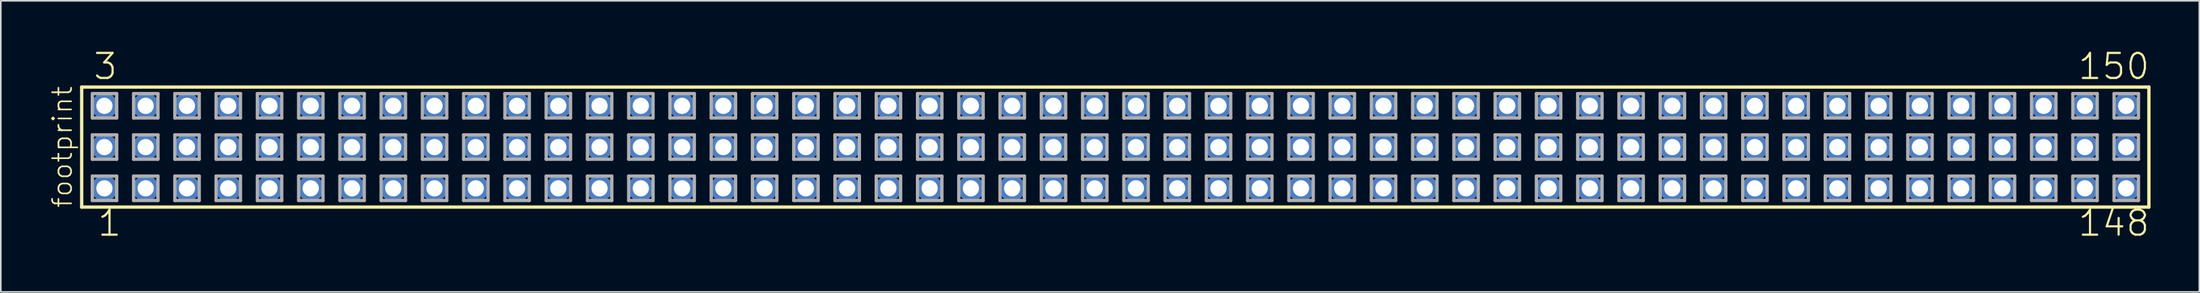
<source format=kicad_pcb>
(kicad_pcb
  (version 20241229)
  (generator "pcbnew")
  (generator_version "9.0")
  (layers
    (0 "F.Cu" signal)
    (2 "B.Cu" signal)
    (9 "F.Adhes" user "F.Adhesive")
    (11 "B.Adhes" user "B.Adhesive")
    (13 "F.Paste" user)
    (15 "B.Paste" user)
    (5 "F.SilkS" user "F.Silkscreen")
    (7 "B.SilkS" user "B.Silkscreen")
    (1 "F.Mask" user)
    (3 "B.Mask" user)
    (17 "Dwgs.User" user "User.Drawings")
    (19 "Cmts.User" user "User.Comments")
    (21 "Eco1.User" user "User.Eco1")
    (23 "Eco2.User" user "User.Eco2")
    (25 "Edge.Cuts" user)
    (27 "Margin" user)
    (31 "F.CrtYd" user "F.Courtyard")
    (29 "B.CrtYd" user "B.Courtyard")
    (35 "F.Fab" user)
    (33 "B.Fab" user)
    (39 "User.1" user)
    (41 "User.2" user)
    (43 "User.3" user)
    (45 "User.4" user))
  (footprint "footprint"
    (layer "F.Cu")
    (at 65.608 6.009)
    (property "Reference" "footprint" (at -64.135 3.81 90) (layer "F.SilkS") (effects (font (size 1.168 1.168) (thickness 0.102)) (justify left bottom)))
    (fp_line (start -63.629 -3.695) (end 63.629 -3.695) (stroke (width 0.203) (type solid)) (layer "F.SilkS"))
    (fp_line (start -63.629 3.695) (end -63.629 -3.695) (stroke (width 0.203) (type solid)) (layer "F.SilkS"))
    (fp_line (start 63.629 -3.695) (end 63.629 3.695) (stroke (width 0.203) (type solid)) (layer "F.SilkS"))
    (fp_line (start 63.629 3.695) (end -63.629 3.695) (stroke (width 0.203) (type solid)) (layer "F.SilkS"))
    (fp_line (start -62.975 -3.295) (end -61.475 -3.295) (stroke (width 0.203) (type solid)) (layer "F.Fab"))
    (fp_line (start -62.975 -1.795) (end -62.975 -3.295) (stroke (width 0.203) (type solid)) (layer "F.Fab"))
    (fp_line (start -62.975 -0.755) (end -61.475 -0.755) (stroke (width 0.203) (type solid)) (layer "F.Fab"))
    (fp_line (start -62.975 0.745) (end -62.975 -0.755) (stroke (width 0.203) (type solid)) (layer "F.Fab"))
    (fp_line (start -62.975 1.785) (end -61.475 1.785) (stroke (width 0.203) (type solid)) (layer "F.Fab"))
    (fp_line (start -62.975 3.285) (end -62.975 1.785) (stroke (width 0.203) (type solid)) (layer "F.Fab"))
    (fp_line (start -61.475 -3.295) (end -61.475 -1.795) (stroke (width 0.203) (type solid)) (layer "F.Fab"))
    (fp_line (start -61.475 -1.795) (end -62.975 -1.795) (stroke (width 0.203) (type solid)) (layer "F.Fab"))
    (fp_line (start -61.475 -0.755) (end -61.475 0.745) (stroke (width 0.203) (type solid)) (layer "F.Fab"))
    (fp_line (start -61.475 0.745) (end -62.975 0.745) (stroke (width 0.203) (type solid)) (layer "F.Fab"))
    (fp_line (start -61.475 1.785) (end -61.475 3.285) (stroke (width 0.203) (type solid)) (layer "F.Fab"))
    (fp_line (start -61.475 3.285) (end -62.975 3.285) (stroke (width 0.203) (type solid)) (layer "F.Fab"))
    (fp_line (start -60.435 -3.295) (end -58.935 -3.295) (stroke (width 0.203) (type solid)) (layer "F.Fab"))
    (fp_line (start -60.435 -1.795) (end -60.435 -3.295) (stroke (width 0.203) (type solid)) (layer "F.Fab"))
    (fp_line (start -60.435 -0.755) (end -58.935 -0.755) (stroke (width 0.203) (type solid)) (layer "F.Fab"))
    (fp_line (start -60.435 0.745) (end -60.435 -0.755) (stroke (width 0.203) (type solid)) (layer "F.Fab"))
    (fp_line (start -60.435 1.785) (end -58.935 1.785) (stroke (width 0.203) (type solid)) (layer "F.Fab"))
    (fp_line (start -60.435 3.285) (end -60.435 1.785) (stroke (width 0.203) (type solid)) (layer "F.Fab"))
    (fp_line (start -58.935 -3.295) (end -58.935 -1.795) (stroke (width 0.203) (type solid)) (layer "F.Fab"))
    (fp_line (start -58.935 -1.795) (end -60.435 -1.795) (stroke (width 0.203) (type solid)) (layer "F.Fab"))
    (fp_line (start -58.935 -0.755) (end -58.935 0.745) (stroke (width 0.203) (type solid)) (layer "F.Fab"))
    (fp_line (start -58.935 0.745) (end -60.435 0.745) (stroke (width 0.203) (type solid)) (layer "F.Fab"))
    (fp_line (start -58.935 1.785) (end -58.935 3.285) (stroke (width 0.203) (type solid)) (layer "F.Fab"))
    (fp_line (start -58.935 3.285) (end -60.435 3.285) (stroke (width 0.203) (type solid)) (layer "F.Fab"))
    (fp_line (start -57.895 -3.295) (end -56.395 -3.295) (stroke (width 0.203) (type solid)) (layer "F.Fab"))
    (fp_line (start -57.895 -1.795) (end -57.895 -3.295) (stroke (width 0.203) (type solid)) (layer "F.Fab"))
    (fp_line (start -57.895 -0.755) (end -56.395 -0.755) (stroke (width 0.203) (type solid)) (layer "F.Fab"))
    (fp_line (start -57.895 0.745) (end -57.895 -0.755) (stroke (width 0.203) (type solid)) (layer "F.Fab"))
    (fp_line (start -57.895 1.785) (end -56.395 1.785) (stroke (width 0.203) (type solid)) (layer "F.Fab"))
    (fp_line (start -57.895 3.285) (end -57.895 1.785) (stroke (width 0.203) (type solid)) (layer "F.Fab"))
    (fp_line (start -56.395 -3.295) (end -56.395 -1.795) (stroke (width 0.203) (type solid)) (layer "F.Fab"))
    (fp_line (start -56.395 -1.795) (end -57.895 -1.795) (stroke (width 0.203) (type solid)) (layer "F.Fab"))
    (fp_line (start -56.395 -0.755) (end -56.395 0.745) (stroke (width 0.203) (type solid)) (layer "F.Fab"))
    (fp_line (start -56.395 0.745) (end -57.895 0.745) (stroke (width 0.203) (type solid)) (layer "F.Fab"))
    (fp_line (start -56.395 1.785) (end -56.395 3.285) (stroke (width 0.203) (type solid)) (layer "F.Fab"))
    (fp_line (start -56.395 3.285) (end -57.895 3.285) (stroke (width 0.203) (type solid)) (layer "F.Fab"))
    (fp_line (start -55.355 -3.295) (end -53.855 -3.295) (stroke (width 0.203) (type solid)) (layer "F.Fab"))
    (fp_line (start -55.355 -1.795) (end -55.355 -3.295) (stroke (width 0.203) (type solid)) (layer "F.Fab"))
    (fp_line (start -55.355 -0.755) (end -53.855 -0.755) (stroke (width 0.203) (type solid)) (layer "F.Fab"))
    (fp_line (start -55.355 0.745) (end -55.355 -0.755) (stroke (width 0.203) (type solid)) (layer "F.Fab"))
    (fp_line (start -55.355 1.785) (end -53.855 1.785) (stroke (width 0.203) (type solid)) (layer "F.Fab"))
    (fp_line (start -55.355 3.285) (end -55.355 1.785) (stroke (width 0.203) (type solid)) (layer "F.Fab"))
    (fp_line (start -53.855 -3.295) (end -53.855 -1.795) (stroke (width 0.203) (type solid)) (layer "F.Fab"))
    (fp_line (start -53.855 -1.795) (end -55.355 -1.795) (stroke (width 0.203) (type solid)) (layer "F.Fab"))
    (fp_line (start -53.855 -0.755) (end -53.855 0.745) (stroke (width 0.203) (type solid)) (layer "F.Fab"))
    (fp_line (start -53.855 0.745) (end -55.355 0.745) (stroke (width 0.203) (type solid)) (layer "F.Fab"))
    (fp_line (start -53.855 1.785) (end -53.855 3.285) (stroke (width 0.203) (type solid)) (layer "F.Fab"))
    (fp_line (start -53.855 3.285) (end -55.355 3.285) (stroke (width 0.203) (type solid)) (layer "F.Fab"))
    (fp_line (start -52.815 -3.295) (end -51.315 -3.295) (stroke (width 0.203) (type solid)) (layer "F.Fab"))
    (fp_line (start -52.815 -1.795) (end -52.815 -3.295) (stroke (width 0.203) (type solid)) (layer "F.Fab"))
    (fp_line (start -52.815 -0.755) (end -51.315 -0.755) (stroke (width 0.203) (type solid)) (layer "F.Fab"))
    (fp_line (start -52.815 0.745) (end -52.815 -0.755) (stroke (width 0.203) (type solid)) (layer "F.Fab"))
    (fp_line (start -52.815 1.785) (end -51.315 1.785) (stroke (width 0.203) (type solid)) (layer "F.Fab"))
    (fp_line (start -52.815 3.285) (end -52.815 1.785) (stroke (width 0.203) (type solid)) (layer "F.Fab"))
    (fp_line (start -51.315 -3.295) (end -51.315 -1.795) (stroke (width 0.203) (type solid)) (layer "F.Fab"))
    (fp_line (start -51.315 -1.795) (end -52.815 -1.795) (stroke (width 0.203) (type solid)) (layer "F.Fab"))
    (fp_line (start -51.315 -0.755) (end -51.315 0.745) (stroke (width 0.203) (type solid)) (layer "F.Fab"))
    (fp_line (start -51.315 0.745) (end -52.815 0.745) (stroke (width 0.203) (type solid)) (layer "F.Fab"))
    (fp_line (start -51.315 1.785) (end -51.315 3.285) (stroke (width 0.203) (type solid)) (layer "F.Fab"))
    (fp_line (start -51.315 3.285) (end -52.815 3.285) (stroke (width 0.203) (type solid)) (layer "F.Fab"))
    (fp_line (start -50.275 -3.295) (end -48.775 -3.295) (stroke (width 0.203) (type solid)) (layer "F.Fab"))
    (fp_line (start -50.275 -1.795) (end -50.275 -3.295) (stroke (width 0.203) (type solid)) (layer "F.Fab"))
    (fp_line (start -50.275 -0.755) (end -48.775 -0.755) (stroke (width 0.203) (type solid)) (layer "F.Fab"))
    (fp_line (start -50.275 0.745) (end -50.275 -0.755) (stroke (width 0.203) (type solid)) (layer "F.Fab"))
    (fp_line (start -50.275 1.785) (end -48.775 1.785) (stroke (width 0.203) (type solid)) (layer "F.Fab"))
    (fp_line (start -50.275 3.285) (end -50.275 1.785) (stroke (width 0.203) (type solid)) (layer "F.Fab"))
    (fp_line (start -48.775 -3.295) (end -48.775 -1.795) (stroke (width 0.203) (type solid)) (layer "F.Fab"))
    (fp_line (start -48.775 -1.795) (end -50.275 -1.795) (stroke (width 0.203) (type solid)) (layer "F.Fab"))
    (fp_line (start -48.775 -0.755) (end -48.775 0.745) (stroke (width 0.203) (type solid)) (layer "F.Fab"))
    (fp_line (start -48.775 0.745) (end -50.275 0.745) (stroke (width 0.203) (type solid)) (layer "F.Fab"))
    (fp_line (start -48.775 1.785) (end -48.775 3.285) (stroke (width 0.203) (type solid)) (layer "F.Fab"))
    (fp_line (start -48.775 3.285) (end -50.275 3.285) (stroke (width 0.203) (type solid)) (layer "F.Fab"))
    (fp_line (start -47.735 -3.295) (end -46.235 -3.295) (stroke (width 0.203) (type solid)) (layer "F.Fab"))
    (fp_line (start -47.735 -1.795) (end -47.735 -3.295) (stroke (width 0.203) (type solid)) (layer "F.Fab"))
    (fp_line (start -47.735 -0.755) (end -46.235 -0.755) (stroke (width 0.203) (type solid)) (layer "F.Fab"))
    (fp_line (start -47.735 0.745) (end -47.735 -0.755) (stroke (width 0.203) (type solid)) (layer "F.Fab"))
    (fp_line (start -47.735 1.785) (end -46.235 1.785) (stroke (width 0.203) (type solid)) (layer "F.Fab"))
    (fp_line (start -47.735 3.285) (end -47.735 1.785) (stroke (width 0.203) (type solid)) (layer "F.Fab"))
    (fp_line (start -46.235 -3.295) (end -46.235 -1.795) (stroke (width 0.203) (type solid)) (layer "F.Fab"))
    (fp_line (start -46.235 -1.795) (end -47.735 -1.795) (stroke (width 0.203) (type solid)) (layer "F.Fab"))
    (fp_line (start -46.235 -0.755) (end -46.235 0.745) (stroke (width 0.203) (type solid)) (layer "F.Fab"))
    (fp_line (start -46.235 0.745) (end -47.735 0.745) (stroke (width 0.203) (type solid)) (layer "F.Fab"))
    (fp_line (start -46.235 1.785) (end -46.235 3.285) (stroke (width 0.203) (type solid)) (layer "F.Fab"))
    (fp_line (start -46.235 3.285) (end -47.735 3.285) (stroke (width 0.203) (type solid)) (layer "F.Fab"))
    (fp_line (start -45.195 -3.295) (end -43.695 -3.295) (stroke (width 0.203) (type solid)) (layer "F.Fab"))
    (fp_line (start -45.195 -1.795) (end -45.195 -3.295) (stroke (width 0.203) (type solid)) (layer "F.Fab"))
    (fp_line (start -45.195 -0.755) (end -43.695 -0.755) (stroke (width 0.203) (type solid)) (layer "F.Fab"))
    (fp_line (start -45.195 0.745) (end -45.195 -0.755) (stroke (width 0.203) (type solid)) (layer "F.Fab"))
    (fp_line (start -45.195 1.785) (end -43.695 1.785) (stroke (width 0.203) (type solid)) (layer "F.Fab"))
    (fp_line (start -45.195 3.285) (end -45.195 1.785) (stroke (width 0.203) (type solid)) (layer "F.Fab"))
    (fp_line (start -43.695 -3.295) (end -43.695 -1.795) (stroke (width 0.203) (type solid)) (layer "F.Fab"))
    (fp_line (start -43.695 -1.795) (end -45.195 -1.795) (stroke (width 0.203) (type solid)) (layer "F.Fab"))
    (fp_line (start -43.695 -0.755) (end -43.695 0.745) (stroke (width 0.203) (type solid)) (layer "F.Fab"))
    (fp_line (start -43.695 0.745) (end -45.195 0.745) (stroke (width 0.203) (type solid)) (layer "F.Fab"))
    (fp_line (start -43.695 1.785) (end -43.695 3.285) (stroke (width 0.203) (type solid)) (layer "F.Fab"))
    (fp_line (start -43.695 3.285) (end -45.195 3.285) (stroke (width 0.203) (type solid)) (layer "F.Fab"))
    (fp_line (start -42.655 -3.295) (end -41.155 -3.295) (stroke (width 0.203) (type solid)) (layer "F.Fab"))
    (fp_line (start -42.655 -1.795) (end -42.655 -3.295) (stroke (width 0.203) (type solid)) (layer "F.Fab"))
    (fp_line (start -42.655 -0.755) (end -41.155 -0.755) (stroke (width 0.203) (type solid)) (layer "F.Fab"))
    (fp_line (start -42.655 0.745) (end -42.655 -0.755) (stroke (width 0.203) (type solid)) (layer "F.Fab"))
    (fp_line (start -42.655 1.785) (end -41.155 1.785) (stroke (width 0.203) (type solid)) (layer "F.Fab"))
    (fp_line (start -42.655 3.285) (end -42.655 1.785) (stroke (width 0.203) (type solid)) (layer "F.Fab"))
    (fp_line (start -41.155 -3.295) (end -41.155 -1.795) (stroke (width 0.203) (type solid)) (layer "F.Fab"))
    (fp_line (start -41.155 -1.795) (end -42.655 -1.795) (stroke (width 0.203) (type solid)) (layer "F.Fab"))
    (fp_line (start -41.155 -0.755) (end -41.155 0.745) (stroke (width 0.203) (type solid)) (layer "F.Fab"))
    (fp_line (start -41.155 0.745) (end -42.655 0.745) (stroke (width 0.203) (type solid)) (layer "F.Fab"))
    (fp_line (start -41.155 1.785) (end -41.155 3.285) (stroke (width 0.203) (type solid)) (layer "F.Fab"))
    (fp_line (start -41.155 3.285) (end -42.655 3.285) (stroke (width 0.203) (type solid)) (layer "F.Fab"))
    (fp_line (start -40.115 -3.295) (end -38.615 -3.295) (stroke (width 0.203) (type solid)) (layer "F.Fab"))
    (fp_line (start -40.115 -1.795) (end -40.115 -3.295) (stroke (width 0.203) (type solid)) (layer "F.Fab"))
    (fp_line (start -40.115 -0.755) (end -38.615 -0.755) (stroke (width 0.203) (type solid)) (layer "F.Fab"))
    (fp_line (start -40.115 0.745) (end -40.115 -0.755) (stroke (width 0.203) (type solid)) (layer "F.Fab"))
    (fp_line (start -40.115 1.785) (end -38.615 1.785) (stroke (width 0.203) (type solid)) (layer "F.Fab"))
    (fp_line (start -40.115 3.285) (end -40.115 1.785) (stroke (width 0.203) (type solid)) (layer "F.Fab"))
    (fp_line (start -38.615 -3.295) (end -38.615 -1.795) (stroke (width 0.203) (type solid)) (layer "F.Fab"))
    (fp_line (start -38.615 -1.795) (end -40.115 -1.795) (stroke (width 0.203) (type solid)) (layer "F.Fab"))
    (fp_line (start -38.615 -0.755) (end -38.615 0.745) (stroke (width 0.203) (type solid)) (layer "F.Fab"))
    (fp_line (start -38.615 0.745) (end -40.115 0.745) (stroke (width 0.203) (type solid)) (layer "F.Fab"))
    (fp_line (start -38.615 1.785) (end -38.615 3.285) (stroke (width 0.203) (type solid)) (layer "F.Fab"))
    (fp_line (start -38.615 3.285) (end -40.115 3.285) (stroke (width 0.203) (type solid)) (layer "F.Fab"))
    (fp_line (start -37.575 -3.295) (end -36.075 -3.295) (stroke (width 0.203) (type solid)) (layer "F.Fab"))
    (fp_line (start -37.575 -1.795) (end -37.575 -3.295) (stroke (width 0.203) (type solid)) (layer "F.Fab"))
    (fp_line (start -37.575 -0.755) (end -36.075 -0.755) (stroke (width 0.203) (type solid)) (layer "F.Fab"))
    (fp_line (start -37.575 0.745) (end -37.575 -0.755) (stroke (width 0.203) (type solid)) (layer "F.Fab"))
    (fp_line (start -37.575 1.785) (end -36.075 1.785) (stroke (width 0.203) (type solid)) (layer "F.Fab"))
    (fp_line (start -37.575 3.285) (end -37.575 1.785) (stroke (width 0.203) (type solid)) (layer "F.Fab"))
    (fp_line (start -36.075 -3.295) (end -36.075 -1.795) (stroke (width 0.203) (type solid)) (layer "F.Fab"))
    (fp_line (start -36.075 -1.795) (end -37.575 -1.795) (stroke (width 0.203) (type solid)) (layer "F.Fab"))
    (fp_line (start -36.075 -0.755) (end -36.075 0.745) (stroke (width 0.203) (type solid)) (layer "F.Fab"))
    (fp_line (start -36.075 0.745) (end -37.575 0.745) (stroke (width 0.203) (type solid)) (layer "F.Fab"))
    (fp_line (start -36.075 1.785) (end -36.075 3.285) (stroke (width 0.203) (type solid)) (layer "F.Fab"))
    (fp_line (start -36.075 3.285) (end -37.575 3.285) (stroke (width 0.203) (type solid)) (layer "F.Fab"))
    (fp_line (start -35.035 -3.295) (end -33.535 -3.295) (stroke (width 0.203) (type solid)) (layer "F.Fab"))
    (fp_line (start -35.035 -1.795) (end -35.035 -3.295) (stroke (width 0.203) (type solid)) (layer "F.Fab"))
    (fp_line (start -35.035 -0.755) (end -33.535 -0.755) (stroke (width 0.203) (type solid)) (layer "F.Fab"))
    (fp_line (start -35.035 0.745) (end -35.035 -0.755) (stroke (width 0.203) (type solid)) (layer "F.Fab"))
    (fp_line (start -35.035 1.785) (end -33.535 1.785) (stroke (width 0.203) (type solid)) (layer "F.Fab"))
    (fp_line (start -35.035 3.285) (end -35.035 1.785) (stroke (width 0.203) (type solid)) (layer "F.Fab"))
    (fp_line (start -33.535 -3.295) (end -33.535 -1.795) (stroke (width 0.203) (type solid)) (layer "F.Fab"))
    (fp_line (start -33.535 -1.795) (end -35.035 -1.795) (stroke (width 0.203) (type solid)) (layer "F.Fab"))
    (fp_line (start -33.535 -0.755) (end -33.535 0.745) (stroke (width 0.203) (type solid)) (layer "F.Fab"))
    (fp_line (start -33.535 0.745) (end -35.035 0.745) (stroke (width 0.203) (type solid)) (layer "F.Fab"))
    (fp_line (start -33.535 1.785) (end -33.535 3.285) (stroke (width 0.203) (type solid)) (layer "F.Fab"))
    (fp_line (start -33.535 3.285) (end -35.035 3.285) (stroke (width 0.203) (type solid)) (layer "F.Fab"))
    (fp_line (start -32.495 -3.295) (end -30.995 -3.295) (stroke (width 0.203) (type solid)) (layer "F.Fab"))
    (fp_line (start -32.495 -1.795) (end -32.495 -3.295) (stroke (width 0.203) (type solid)) (layer "F.Fab"))
    (fp_line (start -32.495 -0.755) (end -30.995 -0.755) (stroke (width 0.203) (type solid)) (layer "F.Fab"))
    (fp_line (start -32.495 0.745) (end -32.495 -0.755) (stroke (width 0.203) (type solid)) (layer "F.Fab"))
    (fp_line (start -32.495 1.785) (end -30.995 1.785) (stroke (width 0.203) (type solid)) (layer "F.Fab"))
    (fp_line (start -32.495 3.285) (end -32.495 1.785) (stroke (width 0.203) (type solid)) (layer "F.Fab"))
    (fp_line (start -30.995 -3.295) (end -30.995 -1.795) (stroke (width 0.203) (type solid)) (layer "F.Fab"))
    (fp_line (start -30.995 -1.795) (end -32.495 -1.795) (stroke (width 0.203) (type solid)) (layer "F.Fab"))
    (fp_line (start -30.995 -0.755) (end -30.995 0.745) (stroke (width 0.203) (type solid)) (layer "F.Fab"))
    (fp_line (start -30.995 0.745) (end -32.495 0.745) (stroke (width 0.203) (type solid)) (layer "F.Fab"))
    (fp_line (start -30.995 1.785) (end -30.995 3.285) (stroke (width 0.203) (type solid)) (layer "F.Fab"))
    (fp_line (start -30.995 3.285) (end -32.495 3.285) (stroke (width 0.203) (type solid)) (layer "F.Fab"))
    (fp_line (start -29.955 -3.295) (end -28.455 -3.295) (stroke (width 0.203) (type solid)) (layer "F.Fab"))
    (fp_line (start -29.955 -1.795) (end -29.955 -3.295) (stroke (width 0.203) (type solid)) (layer "F.Fab"))
    (fp_line (start -29.955 -0.755) (end -28.455 -0.755) (stroke (width 0.203) (type solid)) (layer "F.Fab"))
    (fp_line (start -29.955 0.745) (end -29.955 -0.755) (stroke (width 0.203) (type solid)) (layer "F.Fab"))
    (fp_line (start -29.955 1.785) (end -28.455 1.785) (stroke (width 0.203) (type solid)) (layer "F.Fab"))
    (fp_line (start -29.955 3.285) (end -29.955 1.785) (stroke (width 0.203) (type solid)) (layer "F.Fab"))
    (fp_line (start -28.455 -3.295) (end -28.455 -1.795) (stroke (width 0.203) (type solid)) (layer "F.Fab"))
    (fp_line (start -28.455 -1.795) (end -29.955 -1.795) (stroke (width 0.203) (type solid)) (layer "F.Fab"))
    (fp_line (start -28.455 -0.755) (end -28.455 0.745) (stroke (width 0.203) (type solid)) (layer "F.Fab"))
    (fp_line (start -28.455 0.745) (end -29.955 0.745) (stroke (width 0.203) (type solid)) (layer "F.Fab"))
    (fp_line (start -28.455 1.785) (end -28.455 3.285) (stroke (width 0.203) (type solid)) (layer "F.Fab"))
    (fp_line (start -28.455 3.285) (end -29.955 3.285) (stroke (width 0.203) (type solid)) (layer "F.Fab"))
    (fp_line (start -27.415 -3.295) (end -25.915 -3.295) (stroke (width 0.203) (type solid)) (layer "F.Fab"))
    (fp_line (start -27.415 -1.795) (end -27.415 -3.295) (stroke (width 0.203) (type solid)) (layer "F.Fab"))
    (fp_line (start -27.415 -0.755) (end -25.915 -0.755) (stroke (width 0.203) (type solid)) (layer "F.Fab"))
    (fp_line (start -27.415 0.745) (end -27.415 -0.755) (stroke (width 0.203) (type solid)) (layer "F.Fab"))
    (fp_line (start -27.415 1.785) (end -25.915 1.785) (stroke (width 0.203) (type solid)) (layer "F.Fab"))
    (fp_line (start -27.415 3.285) (end -27.415 1.785) (stroke (width 0.203) (type solid)) (layer "F.Fab"))
    (fp_line (start -25.915 -3.295) (end -25.915 -1.795) (stroke (width 0.203) (type solid)) (layer "F.Fab"))
    (fp_line (start -25.915 -1.795) (end -27.415 -1.795) (stroke (width 0.203) (type solid)) (layer "F.Fab"))
    (fp_line (start -25.915 -0.755) (end -25.915 0.745) (stroke (width 0.203) (type solid)) (layer "F.Fab"))
    (fp_line (start -25.915 0.745) (end -27.415 0.745) (stroke (width 0.203) (type solid)) (layer "F.Fab"))
    (fp_line (start -25.915 1.785) (end -25.915 3.285) (stroke (width 0.203) (type solid)) (layer "F.Fab"))
    (fp_line (start -25.915 3.285) (end -27.415 3.285) (stroke (width 0.203) (type solid)) (layer "F.Fab"))
    (fp_line (start -24.875 -3.295) (end -23.375 -3.295) (stroke (width 0.203) (type solid)) (layer "F.Fab"))
    (fp_line (start -24.875 -1.795) (end -24.875 -3.295) (stroke (width 0.203) (type solid)) (layer "F.Fab"))
    (fp_line (start -24.875 -0.755) (end -23.375 -0.755) (stroke (width 0.203) (type solid)) (layer "F.Fab"))
    (fp_line (start -24.875 0.745) (end -24.875 -0.755) (stroke (width 0.203) (type solid)) (layer "F.Fab"))
    (fp_line (start -24.875 1.785) (end -23.375 1.785) (stroke (width 0.203) (type solid)) (layer "F.Fab"))
    (fp_line (start -24.875 3.285) (end -24.875 1.785) (stroke (width 0.203) (type solid)) (layer "F.Fab"))
    (fp_line (start -23.375 -3.295) (end -23.375 -1.795) (stroke (width 0.203) (type solid)) (layer "F.Fab"))
    (fp_line (start -23.375 -1.795) (end -24.875 -1.795) (stroke (width 0.203) (type solid)) (layer "F.Fab"))
    (fp_line (start -23.375 -0.755) (end -23.375 0.745) (stroke (width 0.203) (type solid)) (layer "F.Fab"))
    (fp_line (start -23.375 0.745) (end -24.875 0.745) (stroke (width 0.203) (type solid)) (layer "F.Fab"))
    (fp_line (start -23.375 1.785) (end -23.375 3.285) (stroke (width 0.203) (type solid)) (layer "F.Fab"))
    (fp_line (start -23.375 3.285) (end -24.875 3.285) (stroke (width 0.203) (type solid)) (layer "F.Fab"))
    (fp_line (start -22.335 -3.295) (end -20.835 -3.295) (stroke (width 0.203) (type solid)) (layer "F.Fab"))
    (fp_line (start -22.335 -1.795) (end -22.335 -3.295) (stroke (width 0.203) (type solid)) (layer "F.Fab"))
    (fp_line (start -22.335 -0.755) (end -20.835 -0.755) (stroke (width 0.203) (type solid)) (layer "F.Fab"))
    (fp_line (start -22.335 0.745) (end -22.335 -0.755) (stroke (width 0.203) (type solid)) (layer "F.Fab"))
    (fp_line (start -22.335 1.785) (end -20.835 1.785) (stroke (width 0.203) (type solid)) (layer "F.Fab"))
    (fp_line (start -22.335 3.285) (end -22.335 1.785) (stroke (width 0.203) (type solid)) (layer "F.Fab"))
    (fp_line (start -20.835 -3.295) (end -20.835 -1.795) (stroke (width 0.203) (type solid)) (layer "F.Fab"))
    (fp_line (start -20.835 -1.795) (end -22.335 -1.795) (stroke (width 0.203) (type solid)) (layer "F.Fab"))
    (fp_line (start -20.835 -0.755) (end -20.835 0.745) (stroke (width 0.203) (type solid)) (layer "F.Fab"))
    (fp_line (start -20.835 0.745) (end -22.335 0.745) (stroke (width 0.203) (type solid)) (layer "F.Fab"))
    (fp_line (start -20.835 1.785) (end -20.835 3.285) (stroke (width 0.203) (type solid)) (layer "F.Fab"))
    (fp_line (start -20.835 3.285) (end -22.335 3.285) (stroke (width 0.203) (type solid)) (layer "F.Fab"))
    (fp_line (start -19.795 -3.295) (end -18.295 -3.295) (stroke (width 0.203) (type solid)) (layer "F.Fab"))
    (fp_line (start -19.795 -1.795) (end -19.795 -3.295) (stroke (width 0.203) (type solid)) (layer "F.Fab"))
    (fp_line (start -19.795 -0.755) (end -18.295 -0.755) (stroke (width 0.203) (type solid)) (layer "F.Fab"))
    (fp_line (start -19.795 0.745) (end -19.795 -0.755) (stroke (width 0.203) (type solid)) (layer "F.Fab"))
    (fp_line (start -19.795 1.785) (end -18.295 1.785) (stroke (width 0.203) (type solid)) (layer "F.Fab"))
    (fp_line (start -19.795 3.285) (end -19.795 1.785) (stroke (width 0.203) (type solid)) (layer "F.Fab"))
    (fp_line (start -18.295 -3.295) (end -18.295 -1.795) (stroke (width 0.203) (type solid)) (layer "F.Fab"))
    (fp_line (start -18.295 -1.795) (end -19.795 -1.795) (stroke (width 0.203) (type solid)) (layer "F.Fab"))
    (fp_line (start -18.295 -0.755) (end -18.295 0.745) (stroke (width 0.203) (type solid)) (layer "F.Fab"))
    (fp_line (start -18.295 0.745) (end -19.795 0.745) (stroke (width 0.203) (type solid)) (layer "F.Fab"))
    (fp_line (start -18.295 1.785) (end -18.295 3.285) (stroke (width 0.203) (type solid)) (layer "F.Fab"))
    (fp_line (start -18.295 3.285) (end -19.795 3.285) (stroke (width 0.203) (type solid)) (layer "F.Fab"))
    (fp_line (start -17.255 -3.295) (end -15.755 -3.295) (stroke (width 0.203) (type solid)) (layer "F.Fab"))
    (fp_line (start -17.255 -1.795) (end -17.255 -3.295) (stroke (width 0.203) (type solid)) (layer "F.Fab"))
    (fp_line (start -17.255 -0.755) (end -15.755 -0.755) (stroke (width 0.203) (type solid)) (layer "F.Fab"))
    (fp_line (start -17.255 0.745) (end -17.255 -0.755) (stroke (width 0.203) (type solid)) (layer "F.Fab"))
    (fp_line (start -17.255 1.785) (end -15.755 1.785) (stroke (width 0.203) (type solid)) (layer "F.Fab"))
    (fp_line (start -17.255 3.285) (end -17.255 1.785) (stroke (width 0.203) (type solid)) (layer "F.Fab"))
    (fp_line (start -15.755 -3.295) (end -15.755 -1.795) (stroke (width 0.203) (type solid)) (layer "F.Fab"))
    (fp_line (start -15.755 -1.795) (end -17.255 -1.795) (stroke (width 0.203) (type solid)) (layer "F.Fab"))
    (fp_line (start -15.755 -0.755) (end -15.755 0.745) (stroke (width 0.203) (type solid)) (layer "F.Fab"))
    (fp_line (start -15.755 0.745) (end -17.255 0.745) (stroke (width 0.203) (type solid)) (layer "F.Fab"))
    (fp_line (start -15.755 1.785) (end -15.755 3.285) (stroke (width 0.203) (type solid)) (layer "F.Fab"))
    (fp_line (start -15.755 3.285) (end -17.255 3.285) (stroke (width 0.203) (type solid)) (layer "F.Fab"))
    (fp_line (start -14.715 -3.295) (end -13.215 -3.295) (stroke (width 0.203) (type solid)) (layer "F.Fab"))
    (fp_line (start -14.715 -1.795) (end -14.715 -3.295) (stroke (width 0.203) (type solid)) (layer "F.Fab"))
    (fp_line (start -14.715 -0.755) (end -13.215 -0.755) (stroke (width 0.203) (type solid)) (layer "F.Fab"))
    (fp_line (start -14.715 0.745) (end -14.715 -0.755) (stroke (width 0.203) (type solid)) (layer "F.Fab"))
    (fp_line (start -14.715 1.785) (end -13.215 1.785) (stroke (width 0.203) (type solid)) (layer "F.Fab"))
    (fp_line (start -14.715 3.285) (end -14.715 1.785) (stroke (width 0.203) (type solid)) (layer "F.Fab"))
    (fp_line (start -13.215 -3.295) (end -13.215 -1.795) (stroke (width 0.203) (type solid)) (layer "F.Fab"))
    (fp_line (start -13.215 -1.795) (end -14.715 -1.795) (stroke (width 0.203) (type solid)) (layer "F.Fab"))
    (fp_line (start -13.215 -0.755) (end -13.215 0.745) (stroke (width 0.203) (type solid)) (layer "F.Fab"))
    (fp_line (start -13.215 0.745) (end -14.715 0.745) (stroke (width 0.203) (type solid)) (layer "F.Fab"))
    (fp_line (start -13.215 1.785) (end -13.215 3.285) (stroke (width 0.203) (type solid)) (layer "F.Fab"))
    (fp_line (start -13.215 3.285) (end -14.715 3.285) (stroke (width 0.203) (type solid)) (layer "F.Fab"))
    (fp_line (start -12.175 -3.295) (end -10.675 -3.295) (stroke (width 0.203) (type solid)) (layer "F.Fab"))
    (fp_line (start -12.175 -1.795) (end -12.175 -3.295) (stroke (width 0.203) (type solid)) (layer "F.Fab"))
    (fp_line (start -12.175 -0.755) (end -10.675 -0.755) (stroke (width 0.203) (type solid)) (layer "F.Fab"))
    (fp_line (start -12.175 0.745) (end -12.175 -0.755) (stroke (width 0.203) (type solid)) (layer "F.Fab"))
    (fp_line (start -12.175 1.785) (end -10.675 1.785) (stroke (width 0.203) (type solid)) (layer "F.Fab"))
    (fp_line (start -12.175 3.285) (end -12.175 1.785) (stroke (width 0.203) (type solid)) (layer "F.Fab"))
    (fp_line (start -10.675 -3.295) (end -10.675 -1.795) (stroke (width 0.203) (type solid)) (layer "F.Fab"))
    (fp_line (start -10.675 -1.795) (end -12.175 -1.795) (stroke (width 0.203) (type solid)) (layer "F.Fab"))
    (fp_line (start -10.675 -0.755) (end -10.675 0.745) (stroke (width 0.203) (type solid)) (layer "F.Fab"))
    (fp_line (start -10.675 0.745) (end -12.175 0.745) (stroke (width 0.203) (type solid)) (layer "F.Fab"))
    (fp_line (start -10.675 1.785) (end -10.675 3.285) (stroke (width 0.203) (type solid)) (layer "F.Fab"))
    (fp_line (start -10.675 3.285) (end -12.175 3.285) (stroke (width 0.203) (type solid)) (layer "F.Fab"))
    (fp_line (start -9.635 -3.295) (end -8.135 -3.295) (stroke (width 0.203) (type solid)) (layer "F.Fab"))
    (fp_line (start -9.635 -1.795) (end -9.635 -3.295) (stroke (width 0.203) (type solid)) (layer "F.Fab"))
    (fp_line (start -9.635 -0.755) (end -8.135 -0.755) (stroke (width 0.203) (type solid)) (layer "F.Fab"))
    (fp_line (start -9.635 0.745) (end -9.635 -0.755) (stroke (width 0.203) (type solid)) (layer "F.Fab"))
    (fp_line (start -9.635 1.785) (end -8.135 1.785) (stroke (width 0.203) (type solid)) (layer "F.Fab"))
    (fp_line (start -9.635 3.285) (end -9.635 1.785) (stroke (width 0.203) (type solid)) (layer "F.Fab"))
    (fp_line (start -8.135 -3.295) (end -8.135 -1.795) (stroke (width 0.203) (type solid)) (layer "F.Fab"))
    (fp_line (start -8.135 -1.795) (end -9.635 -1.795) (stroke (width 0.203) (type solid)) (layer "F.Fab"))
    (fp_line (start -8.135 -0.755) (end -8.135 0.745) (stroke (width 0.203) (type solid)) (layer "F.Fab"))
    (fp_line (start -8.135 0.745) (end -9.635 0.745) (stroke (width 0.203) (type solid)) (layer "F.Fab"))
    (fp_line (start -8.135 1.785) (end -8.135 3.285) (stroke (width 0.203) (type solid)) (layer "F.Fab"))
    (fp_line (start -8.135 3.285) (end -9.635 3.285) (stroke (width 0.203) (type solid)) (layer "F.Fab"))
    (fp_line (start -7.095 -3.295) (end -5.595 -3.295) (stroke (width 0.203) (type solid)) (layer "F.Fab"))
    (fp_line (start -7.095 -1.795) (end -7.095 -3.295) (stroke (width 0.203) (type solid)) (layer "F.Fab"))
    (fp_line (start -7.095 -0.755) (end -5.595 -0.755) (stroke (width 0.203) (type solid)) (layer "F.Fab"))
    (fp_line (start -7.095 0.745) (end -7.095 -0.755) (stroke (width 0.203) (type solid)) (layer "F.Fab"))
    (fp_line (start -7.095 1.785) (end -5.595 1.785) (stroke (width 0.203) (type solid)) (layer "F.Fab"))
    (fp_line (start -7.095 3.285) (end -7.095 1.785) (stroke (width 0.203) (type solid)) (layer "F.Fab"))
    (fp_line (start -5.595 -3.295) (end -5.595 -1.795) (stroke (width 0.203) (type solid)) (layer "F.Fab"))
    (fp_line (start -5.595 -1.795) (end -7.095 -1.795) (stroke (width 0.203) (type solid)) (layer "F.Fab"))
    (fp_line (start -5.595 -0.755) (end -5.595 0.745) (stroke (width 0.203) (type solid)) (layer "F.Fab"))
    (fp_line (start -5.595 0.745) (end -7.095 0.745) (stroke (width 0.203) (type solid)) (layer "F.Fab"))
    (fp_line (start -5.595 1.785) (end -5.595 3.285) (stroke (width 0.203) (type solid)) (layer "F.Fab"))
    (fp_line (start -5.595 3.285) (end -7.095 3.285) (stroke (width 0.203) (type solid)) (layer "F.Fab"))
    (fp_line (start -4.555 -3.295) (end -3.055 -3.295) (stroke (width 0.203) (type solid)) (layer "F.Fab"))
    (fp_line (start -4.555 -1.795) (end -4.555 -3.295) (stroke (width 0.203) (type solid)) (layer "F.Fab"))
    (fp_line (start -4.555 -0.755) (end -3.055 -0.755) (stroke (width 0.203) (type solid)) (layer "F.Fab"))
    (fp_line (start -4.555 0.745) (end -4.555 -0.755) (stroke (width 0.203) (type solid)) (layer "F.Fab"))
    (fp_line (start -4.555 1.785) (end -3.055 1.785) (stroke (width 0.203) (type solid)) (layer "F.Fab"))
    (fp_line (start -4.555 3.285) (end -4.555 1.785) (stroke (width 0.203) (type solid)) (layer "F.Fab"))
    (fp_line (start -3.055 -3.295) (end -3.055 -1.795) (stroke (width 0.203) (type solid)) (layer "F.Fab"))
    (fp_line (start -3.055 -1.795) (end -4.555 -1.795) (stroke (width 0.203) (type solid)) (layer "F.Fab"))
    (fp_line (start -3.055 -0.755) (end -3.055 0.745) (stroke (width 0.203) (type solid)) (layer "F.Fab"))
    (fp_line (start -3.055 0.745) (end -4.555 0.745) (stroke (width 0.203) (type solid)) (layer "F.Fab"))
    (fp_line (start -3.055 1.785) (end -3.055 3.285) (stroke (width 0.203) (type solid)) (layer "F.Fab"))
    (fp_line (start -3.055 3.285) (end -4.555 3.285) (stroke (width 0.203) (type solid)) (layer "F.Fab"))
    (fp_line (start -2.015 -3.295) (end -0.515 -3.295) (stroke (width 0.203) (type solid)) (layer "F.Fab"))
    (fp_line (start -2.015 -1.795) (end -2.015 -3.295) (stroke (width 0.203) (type solid)) (layer "F.Fab"))
    (fp_line (start -2.015 -0.755) (end -0.515 -0.755) (stroke (width 0.203) (type solid)) (layer "F.Fab"))
    (fp_line (start -2.015 0.745) (end -2.015 -0.755) (stroke (width 0.203) (type solid)) (layer "F.Fab"))
    (fp_line (start -2.015 1.785) (end -0.515 1.785) (stroke (width 0.203) (type solid)) (layer "F.Fab"))
    (fp_line (start -2.015 3.285) (end -2.015 1.785) (stroke (width 0.203) (type solid)) (layer "F.Fab"))
    (fp_line (start -0.515 -3.295) (end -0.515 -1.795) (stroke (width 0.203) (type solid)) (layer "F.Fab"))
    (fp_line (start -0.515 -1.795) (end -2.015 -1.795) (stroke (width 0.203) (type solid)) (layer "F.Fab"))
    (fp_line (start -0.515 -0.755) (end -0.515 0.745) (stroke (width 0.203) (type solid)) (layer "F.Fab"))
    (fp_line (start -0.515 0.745) (end -2.015 0.745) (stroke (width 0.203) (type solid)) (layer "F.Fab"))
    (fp_line (start -0.515 1.785) (end -0.515 3.285) (stroke (width 0.203) (type solid)) (layer "F.Fab"))
    (fp_line (start -0.515 3.285) (end -2.015 3.285) (stroke (width 0.203) (type solid)) (layer "F.Fab"))
    (fp_line (start 0.525 -3.295) (end 2.025 -3.295) (stroke (width 0.203) (type solid)) (layer "F.Fab"))
    (fp_line (start 0.525 -1.795) (end 0.525 -3.295) (stroke (width 0.203) (type solid)) (layer "F.Fab"))
    (fp_line (start 0.525 -0.755) (end 2.025 -0.755) (stroke (width 0.203) (type solid)) (layer "F.Fab"))
    (fp_line (start 0.525 0.745) (end 0.525 -0.755) (stroke (width 0.203) (type solid)) (layer "F.Fab"))
    (fp_line (start 0.525 1.785) (end 2.025 1.785) (stroke (width 0.203) (type solid)) (layer "F.Fab"))
    (fp_line (start 0.525 3.285) (end 0.525 1.785) (stroke (width 0.203) (type solid)) (layer "F.Fab"))
    (fp_line (start 2.025 -3.295) (end 2.025 -1.795) (stroke (width 0.203) (type solid)) (layer "F.Fab"))
    (fp_line (start 2.025 -1.795) (end 0.525 -1.795) (stroke (width 0.203) (type solid)) (layer "F.Fab"))
    (fp_line (start 2.025 -0.755) (end 2.025 0.745) (stroke (width 0.203) (type solid)) (layer "F.Fab"))
    (fp_line (start 2.025 0.745) (end 0.525 0.745) (stroke (width 0.203) (type solid)) (layer "F.Fab"))
    (fp_line (start 2.025 1.785) (end 2.025 3.285) (stroke (width 0.203) (type solid)) (layer "F.Fab"))
    (fp_line (start 2.025 3.285) (end 0.525 3.285) (stroke (width 0.203) (type solid)) (layer "F.Fab"))
    (fp_line (start 3.065 -3.295) (end 4.565 -3.295) (stroke (width 0.203) (type solid)) (layer "F.Fab"))
    (fp_line (start 3.065 -1.795) (end 3.065 -3.295) (stroke (width 0.203) (type solid)) (layer "F.Fab"))
    (fp_line (start 3.065 -0.755) (end 4.565 -0.755) (stroke (width 0.203) (type solid)) (layer "F.Fab"))
    (fp_line (start 3.065 0.745) (end 3.065 -0.755) (stroke (width 0.203) (type solid)) (layer "F.Fab"))
    (fp_line (start 3.065 1.785) (end 4.565 1.785) (stroke (width 0.203) (type solid)) (layer "F.Fab"))
    (fp_line (start 3.065 3.285) (end 3.065 1.785) (stroke (width 0.203) (type solid)) (layer "F.Fab"))
    (fp_line (start 4.565 -3.295) (end 4.565 -1.795) (stroke (width 0.203) (type solid)) (layer "F.Fab"))
    (fp_line (start 4.565 -1.795) (end 3.065 -1.795) (stroke (width 0.203) (type solid)) (layer "F.Fab"))
    (fp_line (start 4.565 -0.755) (end 4.565 0.745) (stroke (width 0.203) (type solid)) (layer "F.Fab"))
    (fp_line (start 4.565 0.745) (end 3.065 0.745) (stroke (width 0.203) (type solid)) (layer "F.Fab"))
    (fp_line (start 4.565 1.785) (end 4.565 3.285) (stroke (width 0.203) (type solid)) (layer "F.Fab"))
    (fp_line (start 4.565 3.285) (end 3.065 3.285) (stroke (width 0.203) (type solid)) (layer "F.Fab"))
    (fp_line (start 5.605 -3.295) (end 7.105 -3.295) (stroke (width 0.203) (type solid)) (layer "F.Fab"))
    (fp_line (start 5.605 -1.795) (end 5.605 -3.295) (stroke (width 0.203) (type solid)) (layer "F.Fab"))
    (fp_line (start 5.605 -0.755) (end 7.105 -0.755) (stroke (width 0.203) (type solid)) (layer "F.Fab"))
    (fp_line (start 5.605 0.745) (end 5.605 -0.755) (stroke (width 0.203) (type solid)) (layer "F.Fab"))
    (fp_line (start 5.605 1.785) (end 7.105 1.785) (stroke (width 0.203) (type solid)) (layer "F.Fab"))
    (fp_line (start 5.605 3.285) (end 5.605 1.785) (stroke (width 0.203) (type solid)) (layer "F.Fab"))
    (fp_line (start 7.105 -3.295) (end 7.105 -1.795) (stroke (width 0.203) (type solid)) (layer "F.Fab"))
    (fp_line (start 7.105 -1.795) (end 5.605 -1.795) (stroke (width 0.203) (type solid)) (layer "F.Fab"))
    (fp_line (start 7.105 -0.755) (end 7.105 0.745) (stroke (width 0.203) (type solid)) (layer "F.Fab"))
    (fp_line (start 7.105 0.745) (end 5.605 0.745) (stroke (width 0.203) (type solid)) (layer "F.Fab"))
    (fp_line (start 7.105 1.785) (end 7.105 3.285) (stroke (width 0.203) (type solid)) (layer "F.Fab"))
    (fp_line (start 7.105 3.285) (end 5.605 3.285) (stroke (width 0.203) (type solid)) (layer "F.Fab"))
    (fp_line (start 8.145 -3.295) (end 9.645 -3.295) (stroke (width 0.203) (type solid)) (layer "F.Fab"))
    (fp_line (start 8.145 -1.795) (end 8.145 -3.295) (stroke (width 0.203) (type solid)) (layer "F.Fab"))
    (fp_line (start 8.145 -0.755) (end 9.645 -0.755) (stroke (width 0.203) (type solid)) (layer "F.Fab"))
    (fp_line (start 8.145 0.745) (end 8.145 -0.755) (stroke (width 0.203) (type solid)) (layer "F.Fab"))
    (fp_line (start 8.145 1.785) (end 9.645 1.785) (stroke (width 0.203) (type solid)) (layer "F.Fab"))
    (fp_line (start 8.145 3.285) (end 8.145 1.785) (stroke (width 0.203) (type solid)) (layer "F.Fab"))
    (fp_line (start 9.645 -3.295) (end 9.645 -1.795) (stroke (width 0.203) (type solid)) (layer "F.Fab"))
    (fp_line (start 9.645 -1.795) (end 8.145 -1.795) (stroke (width 0.203) (type solid)) (layer "F.Fab"))
    (fp_line (start 9.645 -0.755) (end 9.645 0.745) (stroke (width 0.203) (type solid)) (layer "F.Fab"))
    (fp_line (start 9.645 0.745) (end 8.145 0.745) (stroke (width 0.203) (type solid)) (layer "F.Fab"))
    (fp_line (start 9.645 1.785) (end 9.645 3.285) (stroke (width 0.203) (type solid)) (layer "F.Fab"))
    (fp_line (start 9.645 3.285) (end 8.145 3.285) (stroke (width 0.203) (type solid)) (layer "F.Fab"))
    (fp_line (start 10.685 -3.295) (end 12.185 -3.295) (stroke (width 0.203) (type solid)) (layer "F.Fab"))
    (fp_line (start 10.685 -1.795) (end 10.685 -3.295) (stroke (width 0.203) (type solid)) (layer "F.Fab"))
    (fp_line (start 10.685 -0.755) (end 12.185 -0.755) (stroke (width 0.203) (type solid)) (layer "F.Fab"))
    (fp_line (start 10.685 0.745) (end 10.685 -0.755) (stroke (width 0.203) (type solid)) (layer "F.Fab"))
    (fp_line (start 10.685 1.785) (end 12.185 1.785) (stroke (width 0.203) (type solid)) (layer "F.Fab"))
    (fp_line (start 10.685 3.285) (end 10.685 1.785) (stroke (width 0.203) (type solid)) (layer "F.Fab"))
    (fp_line (start 12.185 -3.295) (end 12.185 -1.795) (stroke (width 0.203) (type solid)) (layer "F.Fab"))
    (fp_line (start 12.185 -1.795) (end 10.685 -1.795) (stroke (width 0.203) (type solid)) (layer "F.Fab"))
    (fp_line (start 12.185 -0.755) (end 12.185 0.745) (stroke (width 0.203) (type solid)) (layer "F.Fab"))
    (fp_line (start 12.185 0.745) (end 10.685 0.745) (stroke (width 0.203) (type solid)) (layer "F.Fab"))
    (fp_line (start 12.185 1.785) (end 12.185 3.285) (stroke (width 0.203) (type solid)) (layer "F.Fab"))
    (fp_line (start 12.185 3.285) (end 10.685 3.285) (stroke (width 0.203) (type solid)) (layer "F.Fab"))
    (fp_line (start 13.225 -3.295) (end 14.725 -3.295) (stroke (width 0.203) (type solid)) (layer "F.Fab"))
    (fp_line (start 13.225 -1.795) (end 13.225 -3.295) (stroke (width 0.203) (type solid)) (layer "F.Fab"))
    (fp_line (start 13.225 -0.755) (end 14.725 -0.755) (stroke (width 0.203) (type solid)) (layer "F.Fab"))
    (fp_line (start 13.225 0.745) (end 13.225 -0.755) (stroke (width 0.203) (type solid)) (layer "F.Fab"))
    (fp_line (start 13.225 1.785) (end 14.725 1.785) (stroke (width 0.203) (type solid)) (layer "F.Fab"))
    (fp_line (start 13.225 3.285) (end 13.225 1.785) (stroke (width 0.203) (type solid)) (layer "F.Fab"))
    (fp_line (start 14.725 -3.295) (end 14.725 -1.795) (stroke (width 0.203) (type solid)) (layer "F.Fab"))
    (fp_line (start 14.725 -1.795) (end 13.225 -1.795) (stroke (width 0.203) (type solid)) (layer "F.Fab"))
    (fp_line (start 14.725 -0.755) (end 14.725 0.745) (stroke (width 0.203) (type solid)) (layer "F.Fab"))
    (fp_line (start 14.725 0.745) (end 13.225 0.745) (stroke (width 0.203) (type solid)) (layer "F.Fab"))
    (fp_line (start 14.725 1.785) (end 14.725 3.285) (stroke (width 0.203) (type solid)) (layer "F.Fab"))
    (fp_line (start 14.725 3.285) (end 13.225 3.285) (stroke (width 0.203) (type solid)) (layer "F.Fab"))
    (fp_line (start 15.765 -3.295) (end 17.265 -3.295) (stroke (width 0.203) (type solid)) (layer "F.Fab"))
    (fp_line (start 15.765 -1.795) (end 15.765 -3.295) (stroke (width 0.203) (type solid)) (layer "F.Fab"))
    (fp_line (start 15.765 -0.755) (end 17.265 -0.755) (stroke (width 0.203) (type solid)) (layer "F.Fab"))
    (fp_line (start 15.765 0.745) (end 15.765 -0.755) (stroke (width 0.203) (type solid)) (layer "F.Fab"))
    (fp_line (start 15.765 1.785) (end 17.265 1.785) (stroke (width 0.203) (type solid)) (layer "F.Fab"))
    (fp_line (start 15.765 3.285) (end 15.765 1.785) (stroke (width 0.203) (type solid)) (layer "F.Fab"))
    (fp_line (start 17.265 -3.295) (end 17.265 -1.795) (stroke (width 0.203) (type solid)) (layer "F.Fab"))
    (fp_line (start 17.265 -1.795) (end 15.765 -1.795) (stroke (width 0.203) (type solid)) (layer "F.Fab"))
    (fp_line (start 17.265 -0.755) (end 17.265 0.745) (stroke (width 0.203) (type solid)) (layer "F.Fab"))
    (fp_line (start 17.265 0.745) (end 15.765 0.745) (stroke (width 0.203) (type solid)) (layer "F.Fab"))
    (fp_line (start 17.265 1.785) (end 17.265 3.285) (stroke (width 0.203) (type solid)) (layer "F.Fab"))
    (fp_line (start 17.265 3.285) (end 15.765 3.285) (stroke (width 0.203) (type solid)) (layer "F.Fab"))
    (fp_line (start 18.305 -3.295) (end 19.805 -3.295) (stroke (width 0.203) (type solid)) (layer "F.Fab"))
    (fp_line (start 18.305 -1.795) (end 18.305 -3.295) (stroke (width 0.203) (type solid)) (layer "F.Fab"))
    (fp_line (start 18.305 -0.755) (end 19.805 -0.755) (stroke (width 0.203) (type solid)) (layer "F.Fab"))
    (fp_line (start 18.305 0.745) (end 18.305 -0.755) (stroke (width 0.203) (type solid)) (layer "F.Fab"))
    (fp_line (start 18.305 1.785) (end 19.805 1.785) (stroke (width 0.203) (type solid)) (layer "F.Fab"))
    (fp_line (start 18.305 3.285) (end 18.305 1.785) (stroke (width 0.203) (type solid)) (layer "F.Fab"))
    (fp_line (start 19.805 -3.295) (end 19.805 -1.795) (stroke (width 0.203) (type solid)) (layer "F.Fab"))
    (fp_line (start 19.805 -1.795) (end 18.305 -1.795) (stroke (width 0.203) (type solid)) (layer "F.Fab"))
    (fp_line (start 19.805 -0.755) (end 19.805 0.745) (stroke (width 0.203) (type solid)) (layer "F.Fab"))
    (fp_line (start 19.805 0.745) (end 18.305 0.745) (stroke (width 0.203) (type solid)) (layer "F.Fab"))
    (fp_line (start 19.805 1.785) (end 19.805 3.285) (stroke (width 0.203) (type solid)) (layer "F.Fab"))
    (fp_line (start 19.805 3.285) (end 18.305 3.285) (stroke (width 0.203) (type solid)) (layer "F.Fab"))
    (fp_line (start 20.845 -3.295) (end 22.345 -3.295) (stroke (width 0.203) (type solid)) (layer "F.Fab"))
    (fp_line (start 20.845 -1.795) (end 20.845 -3.295) (stroke (width 0.203) (type solid)) (layer "F.Fab"))
    (fp_line (start 20.845 -0.755) (end 22.345 -0.755) (stroke (width 0.203) (type solid)) (layer "F.Fab"))
    (fp_line (start 20.845 0.745) (end 20.845 -0.755) (stroke (width 0.203) (type solid)) (layer "F.Fab"))
    (fp_line (start 20.845 1.785) (end 22.345 1.785) (stroke (width 0.203) (type solid)) (layer "F.Fab"))
    (fp_line (start 20.845 3.285) (end 20.845 1.785) (stroke (width 0.203) (type solid)) (layer "F.Fab"))
    (fp_line (start 22.345 -3.295) (end 22.345 -1.795) (stroke (width 0.203) (type solid)) (layer "F.Fab"))
    (fp_line (start 22.345 -1.795) (end 20.845 -1.795) (stroke (width 0.203) (type solid)) (layer "F.Fab"))
    (fp_line (start 22.345 -0.755) (end 22.345 0.745) (stroke (width 0.203) (type solid)) (layer "F.Fab"))
    (fp_line (start 22.345 0.745) (end 20.845 0.745) (stroke (width 0.203) (type solid)) (layer "F.Fab"))
    (fp_line (start 22.345 1.785) (end 22.345 3.285) (stroke (width 0.203) (type solid)) (layer "F.Fab"))
    (fp_line (start 22.345 3.285) (end 20.845 3.285) (stroke (width 0.203) (type solid)) (layer "F.Fab"))
    (fp_line (start 23.385 -3.295) (end 24.885 -3.295) (stroke (width 0.203) (type solid)) (layer "F.Fab"))
    (fp_line (start 23.385 -1.795) (end 23.385 -3.295) (stroke (width 0.203) (type solid)) (layer "F.Fab"))
    (fp_line (start 23.385 -0.755) (end 24.885 -0.755) (stroke (width 0.203) (type solid)) (layer "F.Fab"))
    (fp_line (start 23.385 0.745) (end 23.385 -0.755) (stroke (width 0.203) (type solid)) (layer "F.Fab"))
    (fp_line (start 23.385 1.785) (end 24.885 1.785) (stroke (width 0.203) (type solid)) (layer "F.Fab"))
    (fp_line (start 23.385 3.285) (end 23.385 1.785) (stroke (width 0.203) (type solid)) (layer "F.Fab"))
    (fp_line (start 24.885 -3.295) (end 24.885 -1.795) (stroke (width 0.203) (type solid)) (layer "F.Fab"))
    (fp_line (start 24.885 -1.795) (end 23.385 -1.795) (stroke (width 0.203) (type solid)) (layer "F.Fab"))
    (fp_line (start 24.885 -0.755) (end 24.885 0.745) (stroke (width 0.203) (type solid)) (layer "F.Fab"))
    (fp_line (start 24.885 0.745) (end 23.385 0.745) (stroke (width 0.203) (type solid)) (layer "F.Fab"))
    (fp_line (start 24.885 1.785) (end 24.885 3.285) (stroke (width 0.203) (type solid)) (layer "F.Fab"))
    (fp_line (start 24.885 3.285) (end 23.385 3.285) (stroke (width 0.203) (type solid)) (layer "F.Fab"))
    (fp_line (start 25.925 -3.295) (end 27.425 -3.295) (stroke (width 0.203) (type solid)) (layer "F.Fab"))
    (fp_line (start 25.925 -1.795) (end 25.925 -3.295) (stroke (width 0.203) (type solid)) (layer "F.Fab"))
    (fp_line (start 25.925 -0.755) (end 27.425 -0.755) (stroke (width 0.203) (type solid)) (layer "F.Fab"))
    (fp_line (start 25.925 0.745) (end 25.925 -0.755) (stroke (width 0.203) (type solid)) (layer "F.Fab"))
    (fp_line (start 25.925 1.785) (end 27.425 1.785) (stroke (width 0.203) (type solid)) (layer "F.Fab"))
    (fp_line (start 25.925 3.285) (end 25.925 1.785) (stroke (width 0.203) (type solid)) (layer "F.Fab"))
    (fp_line (start 27.425 -3.295) (end 27.425 -1.795) (stroke (width 0.203) (type solid)) (layer "F.Fab"))
    (fp_line (start 27.425 -1.795) (end 25.925 -1.795) (stroke (width 0.203) (type solid)) (layer "F.Fab"))
    (fp_line (start 27.425 -0.755) (end 27.425 0.745) (stroke (width 0.203) (type solid)) (layer "F.Fab"))
    (fp_line (start 27.425 0.745) (end 25.925 0.745) (stroke (width 0.203) (type solid)) (layer "F.Fab"))
    (fp_line (start 27.425 1.785) (end 27.425 3.285) (stroke (width 0.203) (type solid)) (layer "F.Fab"))
    (fp_line (start 27.425 3.285) (end 25.925 3.285) (stroke (width 0.203) (type solid)) (layer "F.Fab"))
    (fp_line (start 28.465 -3.295) (end 29.965 -3.295) (stroke (width 0.203) (type solid)) (layer "F.Fab"))
    (fp_line (start 28.465 -1.795) (end 28.465 -3.295) (stroke (width 0.203) (type solid)) (layer "F.Fab"))
    (fp_line (start 28.465 -0.755) (end 29.965 -0.755) (stroke (width 0.203) (type solid)) (layer "F.Fab"))
    (fp_line (start 28.465 0.745) (end 28.465 -0.755) (stroke (width 0.203) (type solid)) (layer "F.Fab"))
    (fp_line (start 28.465 1.785) (end 29.965 1.785) (stroke (width 0.203) (type solid)) (layer "F.Fab"))
    (fp_line (start 28.465 3.285) (end 28.465 1.785) (stroke (width 0.203) (type solid)) (layer "F.Fab"))
    (fp_line (start 29.965 -3.295) (end 29.965 -1.795) (stroke (width 0.203) (type solid)) (layer "F.Fab"))
    (fp_line (start 29.965 -1.795) (end 28.465 -1.795) (stroke (width 0.203) (type solid)) (layer "F.Fab"))
    (fp_line (start 29.965 -0.755) (end 29.965 0.745) (stroke (width 0.203) (type solid)) (layer "F.Fab"))
    (fp_line (start 29.965 0.745) (end 28.465 0.745) (stroke (width 0.203) (type solid)) (layer "F.Fab"))
    (fp_line (start 29.965 1.785) (end 29.965 3.285) (stroke (width 0.203) (type solid)) (layer "F.Fab"))
    (fp_line (start 29.965 3.285) (end 28.465 3.285) (stroke (width 0.203) (type solid)) (layer "F.Fab"))
    (fp_line (start 31.005 -3.295) (end 32.505 -3.295) (stroke (width 0.203) (type solid)) (layer "F.Fab"))
    (fp_line (start 31.005 -1.795) (end 31.005 -3.295) (stroke (width 0.203) (type solid)) (layer "F.Fab"))
    (fp_line (start 31.005 -0.755) (end 32.505 -0.755) (stroke (width 0.203) (type solid)) (layer "F.Fab"))
    (fp_line (start 31.005 0.745) (end 31.005 -0.755) (stroke (width 0.203) (type solid)) (layer "F.Fab"))
    (fp_line (start 31.005 1.785) (end 32.505 1.785) (stroke (width 0.203) (type solid)) (layer "F.Fab"))
    (fp_line (start 31.005 3.285) (end 31.005 1.785) (stroke (width 0.203) (type solid)) (layer "F.Fab"))
    (fp_line (start 32.505 -3.295) (end 32.505 -1.795) (stroke (width 0.203) (type solid)) (layer "F.Fab"))
    (fp_line (start 32.505 -1.795) (end 31.005 -1.795) (stroke (width 0.203) (type solid)) (layer "F.Fab"))
    (fp_line (start 32.505 -0.755) (end 32.505 0.745) (stroke (width 0.203) (type solid)) (layer "F.Fab"))
    (fp_line (start 32.505 0.745) (end 31.005 0.745) (stroke (width 0.203) (type solid)) (layer "F.Fab"))
    (fp_line (start 32.505 1.785) (end 32.505 3.285) (stroke (width 0.203) (type solid)) (layer "F.Fab"))
    (fp_line (start 32.505 3.285) (end 31.005 3.285) (stroke (width 0.203) (type solid)) (layer "F.Fab"))
    (fp_line (start 33.545 -3.295) (end 35.045 -3.295) (stroke (width 0.203) (type solid)) (layer "F.Fab"))
    (fp_line (start 33.545 -1.795) (end 33.545 -3.295) (stroke (width 0.203) (type solid)) (layer "F.Fab"))
    (fp_line (start 33.545 -0.755) (end 35.045 -0.755) (stroke (width 0.203) (type solid)) (layer "F.Fab"))
    (fp_line (start 33.545 0.745) (end 33.545 -0.755) (stroke (width 0.203) (type solid)) (layer "F.Fab"))
    (fp_line (start 33.545 1.785) (end 35.045 1.785) (stroke (width 0.203) (type solid)) (layer "F.Fab"))
    (fp_line (start 33.545 3.285) (end 33.545 1.785) (stroke (width 0.203) (type solid)) (layer "F.Fab"))
    (fp_line (start 35.045 -3.295) (end 35.045 -1.795) (stroke (width 0.203) (type solid)) (layer "F.Fab"))
    (fp_line (start 35.045 -1.795) (end 33.545 -1.795) (stroke (width 0.203) (type solid)) (layer "F.Fab"))
    (fp_line (start 35.045 -0.755) (end 35.045 0.745) (stroke (width 0.203) (type solid)) (layer "F.Fab"))
    (fp_line (start 35.045 0.745) (end 33.545 0.745) (stroke (width 0.203) (type solid)) (layer "F.Fab"))
    (fp_line (start 35.045 1.785) (end 35.045 3.285) (stroke (width 0.203) (type solid)) (layer "F.Fab"))
    (fp_line (start 35.045 3.285) (end 33.545 3.285) (stroke (width 0.203) (type solid)) (layer "F.Fab"))
    (fp_line (start 36.085 -3.295) (end 37.585 -3.295) (stroke (width 0.203) (type solid)) (layer "F.Fab"))
    (fp_line (start 36.085 -1.795) (end 36.085 -3.295) (stroke (width 0.203) (type solid)) (layer "F.Fab"))
    (fp_line (start 36.085 -0.755) (end 37.585 -0.755) (stroke (width 0.203) (type solid)) (layer "F.Fab"))
    (fp_line (start 36.085 0.745) (end 36.085 -0.755) (stroke (width 0.203) (type solid)) (layer "F.Fab"))
    (fp_line (start 36.085 1.785) (end 37.585 1.785) (stroke (width 0.203) (type solid)) (layer "F.Fab"))
    (fp_line (start 36.085 3.285) (end 36.085 1.785) (stroke (width 0.203) (type solid)) (layer "F.Fab"))
    (fp_line (start 37.585 -3.295) (end 37.585 -1.795) (stroke (width 0.203) (type solid)) (layer "F.Fab"))
    (fp_line (start 37.585 -1.795) (end 36.085 -1.795) (stroke (width 0.203) (type solid)) (layer "F.Fab"))
    (fp_line (start 37.585 -0.755) (end 37.585 0.745) (stroke (width 0.203) (type solid)) (layer "F.Fab"))
    (fp_line (start 37.585 0.745) (end 36.085 0.745) (stroke (width 0.203) (type solid)) (layer "F.Fab"))
    (fp_line (start 37.585 1.785) (end 37.585 3.285) (stroke (width 0.203) (type solid)) (layer "F.Fab"))
    (fp_line (start 37.585 3.285) (end 36.085 3.285) (stroke (width 0.203) (type solid)) (layer "F.Fab"))
    (fp_line (start 38.625 -3.295) (end 40.125 -3.295) (stroke (width 0.203) (type solid)) (layer "F.Fab"))
    (fp_line (start 38.625 -1.795) (end 38.625 -3.295) (stroke (width 0.203) (type solid)) (layer "F.Fab"))
    (fp_line (start 38.625 -0.755) (end 40.125 -0.755) (stroke (width 0.203) (type solid)) (layer "F.Fab"))
    (fp_line (start 38.625 0.745) (end 38.625 -0.755) (stroke (width 0.203) (type solid)) (layer "F.Fab"))
    (fp_line (start 38.625 1.785) (end 40.125 1.785) (stroke (width 0.203) (type solid)) (layer "F.Fab"))
    (fp_line (start 38.625 3.285) (end 38.625 1.785) (stroke (width 0.203) (type solid)) (layer "F.Fab"))
    (fp_line (start 40.125 -3.295) (end 40.125 -1.795) (stroke (width 0.203) (type solid)) (layer "F.Fab"))
    (fp_line (start 40.125 -1.795) (end 38.625 -1.795) (stroke (width 0.203) (type solid)) (layer "F.Fab"))
    (fp_line (start 40.125 -0.755) (end 40.125 0.745) (stroke (width 0.203) (type solid)) (layer "F.Fab"))
    (fp_line (start 40.125 0.745) (end 38.625 0.745) (stroke (width 0.203) (type solid)) (layer "F.Fab"))
    (fp_line (start 40.125 1.785) (end 40.125 3.285) (stroke (width 0.203) (type solid)) (layer "F.Fab"))
    (fp_line (start 40.125 3.285) (end 38.625 3.285) (stroke (width 0.203) (type solid)) (layer "F.Fab"))
    (fp_line (start 41.165 -3.295) (end 42.665 -3.295) (stroke (width 0.203) (type solid)) (layer "F.Fab"))
    (fp_line (start 41.165 -1.795) (end 41.165 -3.295) (stroke (width 0.203) (type solid)) (layer "F.Fab"))
    (fp_line (start 41.165 -0.755) (end 42.665 -0.755) (stroke (width 0.203) (type solid)) (layer "F.Fab"))
    (fp_line (start 41.165 0.745) (end 41.165 -0.755) (stroke (width 0.203) (type solid)) (layer "F.Fab"))
    (fp_line (start 41.165 1.785) (end 42.665 1.785) (stroke (width 0.203) (type solid)) (layer "F.Fab"))
    (fp_line (start 41.165 3.285) (end 41.165 1.785) (stroke (width 0.203) (type solid)) (layer "F.Fab"))
    (fp_line (start 42.665 -3.295) (end 42.665 -1.795) (stroke (width 0.203) (type solid)) (layer "F.Fab"))
    (fp_line (start 42.665 -1.795) (end 41.165 -1.795) (stroke (width 0.203) (type solid)) (layer "F.Fab"))
    (fp_line (start 42.665 -0.755) (end 42.665 0.745) (stroke (width 0.203) (type solid)) (layer "F.Fab"))
    (fp_line (start 42.665 0.745) (end 41.165 0.745) (stroke (width 0.203) (type solid)) (layer "F.Fab"))
    (fp_line (start 42.665 1.785) (end 42.665 3.285) (stroke (width 0.203) (type solid)) (layer "F.Fab"))
    (fp_line (start 42.665 3.285) (end 41.165 3.285) (stroke (width 0.203) (type solid)) (layer "F.Fab"))
    (fp_line (start 43.705 -3.295) (end 45.205 -3.295) (stroke (width 0.203) (type solid)) (layer "F.Fab"))
    (fp_line (start 43.705 -1.795) (end 43.705 -3.295) (stroke (width 0.203) (type solid)) (layer "F.Fab"))
    (fp_line (start 43.705 -0.755) (end 45.205 -0.755) (stroke (width 0.203) (type solid)) (layer "F.Fab"))
    (fp_line (start 43.705 0.745) (end 43.705 -0.755) (stroke (width 0.203) (type solid)) (layer "F.Fab"))
    (fp_line (start 43.705 1.785) (end 45.205 1.785) (stroke (width 0.203) (type solid)) (layer "F.Fab"))
    (fp_line (start 43.705 3.285) (end 43.705 1.785) (stroke (width 0.203) (type solid)) (layer "F.Fab"))
    (fp_line (start 45.205 -3.295) (end 45.205 -1.795) (stroke (width 0.203) (type solid)) (layer "F.Fab"))
    (fp_line (start 45.205 -1.795) (end 43.705 -1.795) (stroke (width 0.203) (type solid)) (layer "F.Fab"))
    (fp_line (start 45.205 -0.755) (end 45.205 0.745) (stroke (width 0.203) (type solid)) (layer "F.Fab"))
    (fp_line (start 45.205 0.745) (end 43.705 0.745) (stroke (width 0.203) (type solid)) (layer "F.Fab"))
    (fp_line (start 45.205 1.785) (end 45.205 3.285) (stroke (width 0.203) (type solid)) (layer "F.Fab"))
    (fp_line (start 45.205 3.285) (end 43.705 3.285) (stroke (width 0.203) (type solid)) (layer "F.Fab"))
    (fp_line (start 46.245 -3.295) (end 47.745 -3.295) (stroke (width 0.203) (type solid)) (layer "F.Fab"))
    (fp_line (start 46.245 -1.795) (end 46.245 -3.295) (stroke (width 0.203) (type solid)) (layer "F.Fab"))
    (fp_line (start 46.245 -0.755) (end 47.745 -0.755) (stroke (width 0.203) (type solid)) (layer "F.Fab"))
    (fp_line (start 46.245 0.745) (end 46.245 -0.755) (stroke (width 0.203) (type solid)) (layer "F.Fab"))
    (fp_line (start 46.245 1.785) (end 47.745 1.785) (stroke (width 0.203) (type solid)) (layer "F.Fab"))
    (fp_line (start 46.245 3.285) (end 46.245 1.785) (stroke (width 0.203) (type solid)) (layer "F.Fab"))
    (fp_line (start 47.745 -3.295) (end 47.745 -1.795) (stroke (width 0.203) (type solid)) (layer "F.Fab"))
    (fp_line (start 47.745 -1.795) (end 46.245 -1.795) (stroke (width 0.203) (type solid)) (layer "F.Fab"))
    (fp_line (start 47.745 -0.755) (end 47.745 0.745) (stroke (width 0.203) (type solid)) (layer "F.Fab"))
    (fp_line (start 47.745 0.745) (end 46.245 0.745) (stroke (width 0.203) (type solid)) (layer "F.Fab"))
    (fp_line (start 47.745 1.785) (end 47.745 3.285) (stroke (width 0.203) (type solid)) (layer "F.Fab"))
    (fp_line (start 47.745 3.285) (end 46.245 3.285) (stroke (width 0.203) (type solid)) (layer "F.Fab"))
    (fp_line (start 48.785 -3.295) (end 50.285 -3.295) (stroke (width 0.203) (type solid)) (layer "F.Fab"))
    (fp_line (start 48.785 -1.795) (end 48.785 -3.295) (stroke (width 0.203) (type solid)) (layer "F.Fab"))
    (fp_line (start 48.785 -0.755) (end 50.285 -0.755) (stroke (width 0.203) (type solid)) (layer "F.Fab"))
    (fp_line (start 48.785 0.745) (end 48.785 -0.755) (stroke (width 0.203) (type solid)) (layer "F.Fab"))
    (fp_line (start 48.785 1.785) (end 50.285 1.785) (stroke (width 0.203) (type solid)) (layer "F.Fab"))
    (fp_line (start 48.785 3.285) (end 48.785 1.785) (stroke (width 0.203) (type solid)) (layer "F.Fab"))
    (fp_line (start 50.285 -3.295) (end 50.285 -1.795) (stroke (width 0.203) (type solid)) (layer "F.Fab"))
    (fp_line (start 50.285 -1.795) (end 48.785 -1.795) (stroke (width 0.203) (type solid)) (layer "F.Fab"))
    (fp_line (start 50.285 -0.755) (end 50.285 0.745) (stroke (width 0.203) (type solid)) (layer "F.Fab"))
    (fp_line (start 50.285 0.745) (end 48.785 0.745) (stroke (width 0.203) (type solid)) (layer "F.Fab"))
    (fp_line (start 50.285 1.785) (end 50.285 3.285) (stroke (width 0.203) (type solid)) (layer "F.Fab"))
    (fp_line (start 50.285 3.285) (end 48.785 3.285) (stroke (width 0.203) (type solid)) (layer "F.Fab"))
    (fp_line (start 51.325 -3.295) (end 52.825 -3.295) (stroke (width 0.203) (type solid)) (layer "F.Fab"))
    (fp_line (start 51.325 -1.795) (end 51.325 -3.295) (stroke (width 0.203) (type solid)) (layer "F.Fab"))
    (fp_line (start 51.325 -0.755) (end 52.825 -0.755) (stroke (width 0.203) (type solid)) (layer "F.Fab"))
    (fp_line (start 51.325 0.745) (end 51.325 -0.755) (stroke (width 0.203) (type solid)) (layer "F.Fab"))
    (fp_line (start 51.325 1.785) (end 52.825 1.785) (stroke (width 0.203) (type solid)) (layer "F.Fab"))
    (fp_line (start 51.325 3.285) (end 51.325 1.785) (stroke (width 0.203) (type solid)) (layer "F.Fab"))
    (fp_line (start 52.825 -3.295) (end 52.825 -1.795) (stroke (width 0.203) (type solid)) (layer "F.Fab"))
    (fp_line (start 52.825 -1.795) (end 51.325 -1.795) (stroke (width 0.203) (type solid)) (layer "F.Fab"))
    (fp_line (start 52.825 -0.755) (end 52.825 0.745) (stroke (width 0.203) (type solid)) (layer "F.Fab"))
    (fp_line (start 52.825 0.745) (end 51.325 0.745) (stroke (width 0.203) (type solid)) (layer "F.Fab"))
    (fp_line (start 52.825 1.785) (end 52.825 3.285) (stroke (width 0.203) (type solid)) (layer "F.Fab"))
    (fp_line (start 52.825 3.285) (end 51.325 3.285) (stroke (width 0.203) (type solid)) (layer "F.Fab"))
    (fp_line (start 53.865 -3.295) (end 55.365 -3.295) (stroke (width 0.203) (type solid)) (layer "F.Fab"))
    (fp_line (start 53.865 -1.795) (end 53.865 -3.295) (stroke (width 0.203) (type solid)) (layer "F.Fab"))
    (fp_line (start 53.865 -0.755) (end 55.365 -0.755) (stroke (width 0.203) (type solid)) (layer "F.Fab"))
    (fp_line (start 53.865 0.745) (end 53.865 -0.755) (stroke (width 0.203) (type solid)) (layer "F.Fab"))
    (fp_line (start 53.865 1.785) (end 55.365 1.785) (stroke (width 0.203) (type solid)) (layer "F.Fab"))
    (fp_line (start 53.865 3.285) (end 53.865 1.785) (stroke (width 0.203) (type solid)) (layer "F.Fab"))
    (fp_line (start 55.365 -3.295) (end 55.365 -1.795) (stroke (width 0.203) (type solid)) (layer "F.Fab"))
    (fp_line (start 55.365 -1.795) (end 53.865 -1.795) (stroke (width 0.203) (type solid)) (layer "F.Fab"))
    (fp_line (start 55.365 -0.755) (end 55.365 0.745) (stroke (width 0.203) (type solid)) (layer "F.Fab"))
    (fp_line (start 55.365 0.745) (end 53.865 0.745) (stroke (width 0.203) (type solid)) (layer "F.Fab"))
    (fp_line (start 55.365 1.785) (end 55.365 3.285) (stroke (width 0.203) (type solid)) (layer "F.Fab"))
    (fp_line (start 55.365 3.285) (end 53.865 3.285) (stroke (width 0.203) (type solid)) (layer "F.Fab"))
    (fp_line (start 56.405 -3.295) (end 57.905 -3.295) (stroke (width 0.203) (type solid)) (layer "F.Fab"))
    (fp_line (start 56.405 -1.795) (end 56.405 -3.295) (stroke (width 0.203) (type solid)) (layer "F.Fab"))
    (fp_line (start 56.405 -0.755) (end 57.905 -0.755) (stroke (width 0.203) (type solid)) (layer "F.Fab"))
    (fp_line (start 56.405 0.745) (end 56.405 -0.755) (stroke (width 0.203) (type solid)) (layer "F.Fab"))
    (fp_line (start 56.405 1.785) (end 57.905 1.785) (stroke (width 0.203) (type solid)) (layer "F.Fab"))
    (fp_line (start 56.405 3.285) (end 56.405 1.785) (stroke (width 0.203) (type solid)) (layer "F.Fab"))
    (fp_line (start 57.905 -3.295) (end 57.905 -1.795) (stroke (width 0.203) (type solid)) (layer "F.Fab"))
    (fp_line (start 57.905 -1.795) (end 56.405 -1.795) (stroke (width 0.203) (type solid)) (layer "F.Fab"))
    (fp_line (start 57.905 -0.755) (end 57.905 0.745) (stroke (width 0.203) (type solid)) (layer "F.Fab"))
    (fp_line (start 57.905 0.745) (end 56.405 0.745) (stroke (width 0.203) (type solid)) (layer "F.Fab"))
    (fp_line (start 57.905 1.785) (end 57.905 3.285) (stroke (width 0.203) (type solid)) (layer "F.Fab"))
    (fp_line (start 57.905 3.285) (end 56.405 3.285) (stroke (width 0.203) (type solid)) (layer "F.Fab"))
    (fp_line (start 58.945 -3.295) (end 60.445 -3.295) (stroke (width 0.203) (type solid)) (layer "F.Fab"))
    (fp_line (start 58.945 -1.795) (end 58.945 -3.295) (stroke (width 0.203) (type solid)) (layer "F.Fab"))
    (fp_line (start 58.945 -0.755) (end 60.445 -0.755) (stroke (width 0.203) (type solid)) (layer "F.Fab"))
    (fp_line (start 58.945 0.745) (end 58.945 -0.755) (stroke (width 0.203) (type solid)) (layer "F.Fab"))
    (fp_line (start 58.945 1.785) (end 60.445 1.785) (stroke (width 0.203) (type solid)) (layer "F.Fab"))
    (fp_line (start 58.945 3.285) (end 58.945 1.785) (stroke (width 0.203) (type solid)) (layer "F.Fab"))
    (fp_line (start 60.445 -3.295) (end 60.445 -1.795) (stroke (width 0.203) (type solid)) (layer "F.Fab"))
    (fp_line (start 60.445 -1.795) (end 58.945 -1.795) (stroke (width 0.203) (type solid)) (layer "F.Fab"))
    (fp_line (start 60.445 -0.755) (end 60.445 0.745) (stroke (width 0.203) (type solid)) (layer "F.Fab"))
    (fp_line (start 60.445 0.745) (end 58.945 0.745) (stroke (width 0.203) (type solid)) (layer "F.Fab"))
    (fp_line (start 60.445 1.785) (end 60.445 3.285) (stroke (width 0.203) (type solid)) (layer "F.Fab"))
    (fp_line (start 60.445 3.285) (end 58.945 3.285) (stroke (width 0.203) (type solid)) (layer "F.Fab"))
    (fp_line (start 61.485 -3.295) (end 62.985 -3.295) (stroke (width 0.203) (type solid)) (layer "F.Fab"))
    (fp_line (start 61.485 -1.795) (end 61.485 -3.295) (stroke (width 0.203) (type solid)) (layer "F.Fab"))
    (fp_line (start 61.485 -0.755) (end 62.985 -0.755) (stroke (width 0.203) (type solid)) (layer "F.Fab"))
    (fp_line (start 61.485 0.745) (end 61.485 -0.755) (stroke (width 0.203) (type solid)) (layer "F.Fab"))
    (fp_line (start 61.485 1.785) (end 62.985 1.785) (stroke (width 0.203) (type solid)) (layer "F.Fab"))
    (fp_line (start 61.485 3.285) (end 61.485 1.785) (stroke (width 0.203) (type solid)) (layer "F.Fab"))
    (fp_line (start 62.985 -3.295) (end 62.985 -1.795) (stroke (width 0.203) (type solid)) (layer "F.Fab"))
    (fp_line (start 62.985 -1.795) (end 61.485 -1.795) (stroke (width 0.203) (type solid)) (layer "F.Fab"))
    (fp_line (start 62.985 -0.755) (end 62.985 0.745) (stroke (width 0.203) (type solid)) (layer "F.Fab"))
    (fp_line (start 62.985 0.745) (end 61.485 0.745) (stroke (width 0.203) (type solid)) (layer "F.Fab"))
    (fp_line (start 62.985 1.785) (end 62.985 3.285) (stroke (width 0.203) (type solid)) (layer "F.Fab"))
    (fp_line (start 62.985 3.285) (end 61.485 3.285) (stroke (width 0.203) (type solid)) (layer "F.Fab"))
    (fp_text user "1" (at -62.738 5.588 0) (layer "F.SilkS") (effects (font (size 1.542 1.542) (thickness 0.134)) (justify left bottom)))
    (fp_text user "150" (at 59.182 -4.064 0) (layer "F.SilkS") (effects (font (size 1.542 1.542) (thickness 0.134)) (justify left bottom)))
    (fp_text user "148" (at 59.182 5.588 0) (layer "F.SilkS") (effects (font (size 1.542 1.542) (thickness 0.134)) (justify left bottom)))
    (fp_text user "3" (at -62.992 -4.064 0) (layer "F.SilkS") (effects (font (size 1.542 1.542) (thickness 0.134)) (justify left bottom)))
    (pad "1" thru_hole roundrect (at -62.23 2.54) (size 1.5 1.5) (drill 1) (layers "*.Cu" "*.Mask") (roundrect_rratio 0.25) (chamfer_ratio 0.25) (chamfer top_left top_right bottom_left bottom_right))
    (pad "2" thru_hole roundrect (at -62.23 0) (size 1.5 1.5) (drill 1) (layers "*.Cu" "*.Mask") (roundrect_rratio 0.25) (chamfer_ratio 0.25) (chamfer top_left top_right bottom_left bottom_right))
    (pad "3" thru_hole roundrect (at -62.23 -2.54) (size 1.5 1.5) (drill 1) (layers "*.Cu" "*.Mask") (roundrect_rratio 0.25) (chamfer_ratio 0.25) (chamfer top_left top_right bottom_left bottom_right))
    (pad "4" thru_hole roundrect (at -59.69 2.54) (size 1.5 1.5) (drill 1) (layers "*.Cu" "*.Mask") (roundrect_rratio 0.25) (chamfer_ratio 0.25) (chamfer top_left top_right bottom_left bottom_right))
    (pad "5" thru_hole roundrect (at -59.69 0) (size 1.5 1.5) (drill 1) (layers "*.Cu" "*.Mask") (roundrect_rratio 0.25) (chamfer_ratio 0.25) (chamfer top_left top_right bottom_left bottom_right))
    (pad "6" thru_hole roundrect (at -59.69 -2.54) (size 1.5 1.5) (drill 1) (layers "*.Cu" "*.Mask") (roundrect_rratio 0.25) (chamfer_ratio 0.25) (chamfer top_left top_right bottom_left bottom_right))
    (pad "7" thru_hole roundrect (at -57.15 2.54) (size 1.5 1.5) (drill 1) (layers "*.Cu" "*.Mask") (roundrect_rratio 0.25) (chamfer_ratio 0.25) (chamfer top_left top_right bottom_left bottom_right))
    (pad "8" thru_hole roundrect (at -57.15 0) (size 1.5 1.5) (drill 1) (layers "*.Cu" "*.Mask") (roundrect_rratio 0.25) (chamfer_ratio 0.25) (chamfer top_left top_right bottom_left bottom_right))
    (pad "9" thru_hole roundrect (at -57.15 -2.54) (size 1.5 1.5) (drill 1) (layers "*.Cu" "*.Mask") (roundrect_rratio 0.25) (chamfer_ratio 0.25) (chamfer top_left top_right bottom_left bottom_right))
    (pad "10" thru_hole roundrect (at -54.61 2.54) (size 1.5 1.5) (drill 1) (layers "*.Cu" "*.Mask") (roundrect_rratio 0.25) (chamfer_ratio 0.25) (chamfer top_left top_right bottom_left bottom_right))
    (pad "11" thru_hole roundrect (at -54.61 0) (size 1.5 1.5) (drill 1) (layers "*.Cu" "*.Mask") (roundrect_rratio 0.25) (chamfer_ratio 0.25) (chamfer top_left top_right bottom_left bottom_right))
    (pad "12" thru_hole roundrect (at -54.61 -2.54) (size 1.5 1.5) (drill 1) (layers "*.Cu" "*.Mask") (roundrect_rratio 0.25) (chamfer_ratio 0.25) (chamfer top_left top_right bottom_left bottom_right))
    (pad "13" thru_hole roundrect (at -52.07 2.54) (size 1.5 1.5) (drill 1) (layers "*.Cu" "*.Mask") (roundrect_rratio 0.25) (chamfer_ratio 0.25) (chamfer top_left top_right bottom_left bottom_right))
    (pad "14" thru_hole roundrect (at -52.07 0) (size 1.5 1.5) (drill 1) (layers "*.Cu" "*.Mask") (roundrect_rratio 0.25) (chamfer_ratio 0.25) (chamfer top_left top_right bottom_left bottom_right))
    (pad "15" thru_hole roundrect (at -52.07 -2.54) (size 1.5 1.5) (drill 1) (layers "*.Cu" "*.Mask") (roundrect_rratio 0.25) (chamfer_ratio 0.25) (chamfer top_left top_right bottom_left bottom_right))
    (pad "16" thru_hole roundrect (at -49.53 2.54) (size 1.5 1.5) (drill 1) (layers "*.Cu" "*.Mask") (roundrect_rratio 0.25) (chamfer_ratio 0.25) (chamfer top_left top_right bottom_left bottom_right))
    (pad "17" thru_hole roundrect (at -49.53 0) (size 1.5 1.5) (drill 1) (layers "*.Cu" "*.Mask") (roundrect_rratio 0.25) (chamfer_ratio 0.25) (chamfer top_left top_right bottom_left bottom_right))
    (pad "18" thru_hole roundrect (at -49.53 -2.54) (size 1.5 1.5) (drill 1) (layers "*.Cu" "*.Mask") (roundrect_rratio 0.25) (chamfer_ratio 0.25) (chamfer top_left top_right bottom_left bottom_right))
    (pad "19" thru_hole roundrect (at -46.99 2.54) (size 1.5 1.5) (drill 1) (layers "*.Cu" "*.Mask") (roundrect_rratio 0.25) (chamfer_ratio 0.25) (chamfer top_left top_right bottom_left bottom_right))
    (pad "20" thru_hole roundrect (at -46.99 0) (size 1.5 1.5) (drill 1) (layers "*.Cu" "*.Mask") (roundrect_rratio 0.25) (chamfer_ratio 0.25) (chamfer top_left top_right bottom_left bottom_right))
    (pad "21" thru_hole roundrect (at -46.99 -2.54) (size 1.5 1.5) (drill 1) (layers "*.Cu" "*.Mask") (roundrect_rratio 0.25) (chamfer_ratio 0.25) (chamfer top_left top_right bottom_left bottom_right))
    (pad "22" thru_hole roundrect (at -44.45 2.54) (size 1.5 1.5) (drill 1) (layers "*.Cu" "*.Mask") (roundrect_rratio 0.25) (chamfer_ratio 0.25) (chamfer top_left top_right bottom_left bottom_right))
    (pad "23" thru_hole roundrect (at -44.45 0) (size 1.5 1.5) (drill 1) (layers "*.Cu" "*.Mask") (roundrect_rratio 0.25) (chamfer_ratio 0.25) (chamfer top_left top_right bottom_left bottom_right))
    (pad "24" thru_hole roundrect (at -44.45 -2.54) (size 1.5 1.5) (drill 1) (layers "*.Cu" "*.Mask") (roundrect_rratio 0.25) (chamfer_ratio 0.25) (chamfer top_left top_right bottom_left bottom_right))
    (pad "25" thru_hole roundrect (at -41.91 2.54) (size 1.5 1.5) (drill 1) (layers "*.Cu" "*.Mask") (roundrect_rratio 0.25) (chamfer_ratio 0.25) (chamfer top_left top_right bottom_left bottom_right))
    (pad "26" thru_hole roundrect (at -41.91 0) (size 1.5 1.5) (drill 1) (layers "*.Cu" "*.Mask") (roundrect_rratio 0.25) (chamfer_ratio 0.25) (chamfer top_left top_right bottom_left bottom_right))
    (pad "27" thru_hole roundrect (at -41.91 -2.54) (size 1.5 1.5) (drill 1) (layers "*.Cu" "*.Mask") (roundrect_rratio 0.25) (chamfer_ratio 0.25) (chamfer top_left top_right bottom_left bottom_right))
    (pad "28" thru_hole roundrect (at -39.37 2.54) (size 1.5 1.5) (drill 1) (layers "*.Cu" "*.Mask") (roundrect_rratio 0.25) (chamfer_ratio 0.25) (chamfer top_left top_right bottom_left bottom_right))
    (pad "29" thru_hole roundrect (at -39.37 0) (size 1.5 1.5) (drill 1) (layers "*.Cu" "*.Mask") (roundrect_rratio 0.25) (chamfer_ratio 0.25) (chamfer top_left top_right bottom_left bottom_right))
    (pad "30" thru_hole roundrect (at -39.37 -2.54) (size 1.5 1.5) (drill 1) (layers "*.Cu" "*.Mask") (roundrect_rratio 0.25) (chamfer_ratio 0.25) (chamfer top_left top_right bottom_left bottom_right))
    (pad "31" thru_hole roundrect (at -36.83 2.54) (size 1.5 1.5) (drill 1) (layers "*.Cu" "*.Mask") (roundrect_rratio 0.25) (chamfer_ratio 0.25) (chamfer top_left top_right bottom_left bottom_right))
    (pad "32" thru_hole roundrect (at -36.83 0) (size 1.5 1.5) (drill 1) (layers "*.Cu" "*.Mask") (roundrect_rratio 0.25) (chamfer_ratio 0.25) (chamfer top_left top_right bottom_left bottom_right))
    (pad "33" thru_hole roundrect (at -36.83 -2.54) (size 1.5 1.5) (drill 1) (layers "*.Cu" "*.Mask") (roundrect_rratio 0.25) (chamfer_ratio 0.25) (chamfer top_left top_right bottom_left bottom_right))
    (pad "34" thru_hole roundrect (at -34.29 2.54) (size 1.5 1.5) (drill 1) (layers "*.Cu" "*.Mask") (roundrect_rratio 0.25) (chamfer_ratio 0.25) (chamfer top_left top_right bottom_left bottom_right))
    (pad "35" thru_hole roundrect (at -34.29 0) (size 1.5 1.5) (drill 1) (layers "*.Cu" "*.Mask") (roundrect_rratio 0.25) (chamfer_ratio 0.25) (chamfer top_left top_right bottom_left bottom_right))
    (pad "36" thru_hole roundrect (at -34.29 -2.54) (size 1.5 1.5) (drill 1) (layers "*.Cu" "*.Mask") (roundrect_rratio 0.25) (chamfer_ratio 0.25) (chamfer top_left top_right bottom_left bottom_right))
    (pad "37" thru_hole roundrect (at -31.75 2.54) (size 1.5 1.5) (drill 1) (layers "*.Cu" "*.Mask") (roundrect_rratio 0.25) (chamfer_ratio 0.25) (chamfer top_left top_right bottom_left bottom_right))
    (pad "38" thru_hole roundrect (at -31.75 0) (size 1.5 1.5) (drill 1) (layers "*.Cu" "*.Mask") (roundrect_rratio 0.25) (chamfer_ratio 0.25) (chamfer top_left top_right bottom_left bottom_right))
    (pad "39" thru_hole roundrect (at -31.75 -2.54) (size 1.5 1.5) (drill 1) (layers "*.Cu" "*.Mask") (roundrect_rratio 0.25) (chamfer_ratio 0.25) (chamfer top_left top_right bottom_left bottom_right))
    (pad "40" thru_hole roundrect (at -29.21 2.54) (size 1.5 1.5) (drill 1) (layers "*.Cu" "*.Mask") (roundrect_rratio 0.25) (chamfer_ratio 0.25) (chamfer top_left top_right bottom_left bottom_right))
    (pad "41" thru_hole roundrect (at -29.21 0) (size 1.5 1.5) (drill 1) (layers "*.Cu" "*.Mask") (roundrect_rratio 0.25) (chamfer_ratio 0.25) (chamfer top_left top_right bottom_left bottom_right))
    (pad "42" thru_hole roundrect (at -29.21 -2.54) (size 1.5 1.5) (drill 1) (layers "*.Cu" "*.Mask") (roundrect_rratio 0.25) (chamfer_ratio 0.25) (chamfer top_left top_right bottom_left bottom_right))
    (pad "43" thru_hole roundrect (at -26.67 2.54) (size 1.5 1.5) (drill 1) (layers "*.Cu" "*.Mask") (roundrect_rratio 0.25) (chamfer_ratio 0.25) (chamfer top_left top_right bottom_left bottom_right))
    (pad "44" thru_hole roundrect (at -26.67 0) (size 1.5 1.5) (drill 1) (layers "*.Cu" "*.Mask") (roundrect_rratio 0.25) (chamfer_ratio 0.25) (chamfer top_left top_right bottom_left bottom_right))
    (pad "45" thru_hole roundrect (at -26.67 -2.54) (size 1.5 1.5) (drill 1) (layers "*.Cu" "*.Mask") (roundrect_rratio 0.25) (chamfer_ratio 0.25) (chamfer top_left top_right bottom_left bottom_right))
    (pad "46" thru_hole roundrect (at -24.13 2.54) (size 1.5 1.5) (drill 1) (layers "*.Cu" "*.Mask") (roundrect_rratio 0.25) (chamfer_ratio 0.25) (chamfer top_left top_right bottom_left bottom_right))
    (pad "47" thru_hole roundrect (at -24.13 0) (size 1.5 1.5) (drill 1) (layers "*.Cu" "*.Mask") (roundrect_rratio 0.25) (chamfer_ratio 0.25) (chamfer top_left top_right bottom_left bottom_right))
    (pad "48" thru_hole roundrect (at -24.13 -2.54) (size 1.5 1.5) (drill 1) (layers "*.Cu" "*.Mask") (roundrect_rratio 0.25) (chamfer_ratio 0.25) (chamfer top_left top_right bottom_left bottom_right))
    (pad "49" thru_hole roundrect (at -21.59 2.54) (size 1.5 1.5) (drill 1) (layers "*.Cu" "*.Mask") (roundrect_rratio 0.25) (chamfer_ratio 0.25) (chamfer top_left top_right bottom_left bottom_right))
    (pad "50" thru_hole roundrect (at -21.59 0) (size 1.5 1.5) (drill 1) (layers "*.Cu" "*.Mask") (roundrect_rratio 0.25) (chamfer_ratio 0.25) (chamfer top_left top_right bottom_left bottom_right))
    (pad "51" thru_hole roundrect (at -21.59 -2.54) (size 1.5 1.5) (drill 1) (layers "*.Cu" "*.Mask") (roundrect_rratio 0.25) (chamfer_ratio 0.25) (chamfer top_left top_right bottom_left bottom_right))
    (pad "52" thru_hole roundrect (at -19.05 2.54) (size 1.5 1.5) (drill 1) (layers "*.Cu" "*.Mask") (roundrect_rratio 0.25) (chamfer_ratio 0.25) (chamfer top_left top_right bottom_left bottom_right))
    (pad "53" thru_hole roundrect (at -19.05 0) (size 1.5 1.5) (drill 1) (layers "*.Cu" "*.Mask") (roundrect_rratio 0.25) (chamfer_ratio 0.25) (chamfer top_left top_right bottom_left bottom_right))
    (pad "54" thru_hole roundrect (at -19.05 -2.54) (size 1.5 1.5) (drill 1) (layers "*.Cu" "*.Mask") (roundrect_rratio 0.25) (chamfer_ratio 0.25) (chamfer top_left top_right bottom_left bottom_right))
    (pad "55" thru_hole roundrect (at -16.51 2.54) (size 1.5 1.5) (drill 1) (layers "*.Cu" "*.Mask") (roundrect_rratio 0.25) (chamfer_ratio 0.25) (chamfer top_left top_right bottom_left bottom_right))
    (pad "56" thru_hole roundrect (at -16.51 0) (size 1.5 1.5) (drill 1) (layers "*.Cu" "*.Mask") (roundrect_rratio 0.25) (chamfer_ratio 0.25) (chamfer top_left top_right bottom_left bottom_right))
    (pad "57" thru_hole roundrect (at -16.51 -2.54) (size 1.5 1.5) (drill 1) (layers "*.Cu" "*.Mask") (roundrect_rratio 0.25) (chamfer_ratio 0.25) (chamfer top_left top_right bottom_left bottom_right))
    (pad "58" thru_hole roundrect (at -13.97 2.54) (size 1.5 1.5) (drill 1) (layers "*.Cu" "*.Mask") (roundrect_rratio 0.25) (chamfer_ratio 0.25) (chamfer top_left top_right bottom_left bottom_right))
    (pad "59" thru_hole roundrect (at -13.97 0) (size 1.5 1.5) (drill 1) (layers "*.Cu" "*.Mask") (roundrect_rratio 0.25) (chamfer_ratio 0.25) (chamfer top_left top_right bottom_left bottom_right))
    (pad "60" thru_hole roundrect (at -13.97 -2.54) (size 1.5 1.5) (drill 1) (layers "*.Cu" "*.Mask") (roundrect_rratio 0.25) (chamfer_ratio 0.25) (chamfer top_left top_right bottom_left bottom_right))
    (pad "61" thru_hole roundrect (at -11.43 2.54) (size 1.5 1.5) (drill 1) (layers "*.Cu" "*.Mask") (roundrect_rratio 0.25) (chamfer_ratio 0.25) (chamfer top_left top_right bottom_left bottom_right))
    (pad "62" thru_hole roundrect (at -11.43 0) (size 1.5 1.5) (drill 1) (layers "*.Cu" "*.Mask") (roundrect_rratio 0.25) (chamfer_ratio 0.25) (chamfer top_left top_right bottom_left bottom_right))
    (pad "63" thru_hole roundrect (at -11.43 -2.54) (size 1.5 1.5) (drill 1) (layers "*.Cu" "*.Mask") (roundrect_rratio 0.25) (chamfer_ratio 0.25) (chamfer top_left top_right bottom_left bottom_right))
    (pad "64" thru_hole roundrect (at -8.89 2.54) (size 1.5 1.5) (drill 1) (layers "*.Cu" "*.Mask") (roundrect_rratio 0.25) (chamfer_ratio 0.25) (chamfer top_left top_right bottom_left bottom_right))
    (pad "65" thru_hole roundrect (at -8.89 0) (size 1.5 1.5) (drill 1) (layers "*.Cu" "*.Mask") (roundrect_rratio 0.25) (chamfer_ratio 0.25) (chamfer top_left top_right bottom_left bottom_right))
    (pad "66" thru_hole roundrect (at -8.89 -2.54) (size 1.5 1.5) (drill 1) (layers "*.Cu" "*.Mask") (roundrect_rratio 0.25) (chamfer_ratio 0.25) (chamfer top_left top_right bottom_left bottom_right))
    (pad "67" thru_hole roundrect (at -6.35 2.54) (size 1.5 1.5) (drill 1) (layers "*.Cu" "*.Mask") (roundrect_rratio 0.25) (chamfer_ratio 0.25) (chamfer top_left top_right bottom_left bottom_right))
    (pad "68" thru_hole roundrect (at -6.35 0) (size 1.5 1.5) (drill 1) (layers "*.Cu" "*.Mask") (roundrect_rratio 0.25) (chamfer_ratio 0.25) (chamfer top_left top_right bottom_left bottom_right))
    (pad "69" thru_hole roundrect (at -6.35 -2.54) (size 1.5 1.5) (drill 1) (layers "*.Cu" "*.Mask") (roundrect_rratio 0.25) (chamfer_ratio 0.25) (chamfer top_left top_right bottom_left bottom_right))
    (pad "70" thru_hole roundrect (at -3.81 2.54) (size 1.5 1.5) (drill 1) (layers "*.Cu" "*.Mask") (roundrect_rratio 0.25) (chamfer_ratio 0.25) (chamfer top_left top_right bottom_left bottom_right))
    (pad "71" thru_hole roundrect (at -3.81 0) (size 1.5 1.5) (drill 1) (layers "*.Cu" "*.Mask") (roundrect_rratio 0.25) (chamfer_ratio 0.25) (chamfer top_left top_right bottom_left bottom_right))
    (pad "72" thru_hole roundrect (at -3.81 -2.54) (size 1.5 1.5) (drill 1) (layers "*.Cu" "*.Mask") (roundrect_rratio 0.25) (chamfer_ratio 0.25) (chamfer top_left top_right bottom_left bottom_right))
    (pad "73" thru_hole roundrect (at -1.27 2.54) (size 1.5 1.5) (drill 1) (layers "*.Cu" "*.Mask") (roundrect_rratio 0.25) (chamfer_ratio 0.25) (chamfer top_left top_right bottom_left bottom_right))
    (pad "74" thru_hole roundrect (at -1.27 0) (size 1.5 1.5) (drill 1) (layers "*.Cu" "*.Mask") (roundrect_rratio 0.25) (chamfer_ratio 0.25) (chamfer top_left top_right bottom_left bottom_right))
    (pad "75" thru_hole roundrect (at -1.27 -2.54) (size 1.5 1.5) (drill 1) (layers "*.Cu" "*.Mask") (roundrect_rratio 0.25) (chamfer_ratio 0.25) (chamfer top_left top_right bottom_left bottom_right))
    (pad "76" thru_hole roundrect (at 1.27 2.54) (size 1.5 1.5) (drill 1) (layers "*.Cu" "*.Mask") (roundrect_rratio 0.25) (chamfer_ratio 0.25) (chamfer top_left top_right bottom_left bottom_right))
    (pad "77" thru_hole roundrect (at 1.27 0) (size 1.5 1.5) (drill 1) (layers "*.Cu" "*.Mask") (roundrect_rratio 0.25) (chamfer_ratio 0.25) (chamfer top_left top_right bottom_left bottom_right))
    (pad "78" thru_hole roundrect (at 1.27 -2.54) (size 1.5 1.5) (drill 1) (layers "*.Cu" "*.Mask") (roundrect_rratio 0.25) (chamfer_ratio 0.25) (chamfer top_left top_right bottom_left bottom_right))
    (pad "79" thru_hole roundrect (at 3.81 2.54) (size 1.5 1.5) (drill 1) (layers "*.Cu" "*.Mask") (roundrect_rratio 0.25) (chamfer_ratio 0.25) (chamfer top_left top_right bottom_left bottom_right))
    (pad "80" thru_hole roundrect (at 3.81 0) (size 1.5 1.5) (drill 1) (layers "*.Cu" "*.Mask") (roundrect_rratio 0.25) (chamfer_ratio 0.25) (chamfer top_left top_right bottom_left bottom_right))
    (pad "81" thru_hole roundrect (at 3.81 -2.54) (size 1.5 1.5) (drill 1) (layers "*.Cu" "*.Mask") (roundrect_rratio 0.25) (chamfer_ratio 0.25) (chamfer top_left top_right bottom_left bottom_right))
    (pad "82" thru_hole roundrect (at 6.35 2.54) (size 1.5 1.5) (drill 1) (layers "*.Cu" "*.Mask") (roundrect_rratio 0.25) (chamfer_ratio 0.25) (chamfer top_left top_right bottom_left bottom_right))
    (pad "83" thru_hole roundrect (at 6.35 0) (size 1.5 1.5) (drill 1) (layers "*.Cu" "*.Mask") (roundrect_rratio 0.25) (chamfer_ratio 0.25) (chamfer top_left top_right bottom_left bottom_right))
    (pad "84" thru_hole roundrect (at 6.35 -2.54) (size 1.5 1.5) (drill 1) (layers "*.Cu" "*.Mask") (roundrect_rratio 0.25) (chamfer_ratio 0.25) (chamfer top_left top_right bottom_left bottom_right))
    (pad "85" thru_hole roundrect (at 8.89 2.54) (size 1.5 1.5) (drill 1) (layers "*.Cu" "*.Mask") (roundrect_rratio 0.25) (chamfer_ratio 0.25) (chamfer top_left top_right bottom_left bottom_right))
    (pad "86" thru_hole roundrect (at 8.89 0) (size 1.5 1.5) (drill 1) (layers "*.Cu" "*.Mask") (roundrect_rratio 0.25) (chamfer_ratio 0.25) (chamfer top_left top_right bottom_left bottom_right))
    (pad "87" thru_hole roundrect (at 8.89 -2.54) (size 1.5 1.5) (drill 1) (layers "*.Cu" "*.Mask") (roundrect_rratio 0.25) (chamfer_ratio 0.25) (chamfer top_left top_right bottom_left bottom_right))
    (pad "88" thru_hole roundrect (at 11.43 2.54) (size 1.5 1.5) (drill 1) (layers "*.Cu" "*.Mask") (roundrect_rratio 0.25) (chamfer_ratio 0.25) (chamfer top_left top_right bottom_left bottom_right))
    (pad "89" thru_hole roundrect (at 11.43 0) (size 1.5 1.5) (drill 1) (layers "*.Cu" "*.Mask") (roundrect_rratio 0.25) (chamfer_ratio 0.25) (chamfer top_left top_right bottom_left bottom_right))
    (pad "90" thru_hole roundrect (at 11.43 -2.54) (size 1.5 1.5) (drill 1) (layers "*.Cu" "*.Mask") (roundrect_rratio 0.25) (chamfer_ratio 0.25) (chamfer top_left top_right bottom_left bottom_right))
    (pad "91" thru_hole roundrect (at 13.97 2.54) (size 1.5 1.5) (drill 1) (layers "*.Cu" "*.Mask") (roundrect_rratio 0.25) (chamfer_ratio 0.25) (chamfer top_left top_right bottom_left bottom_right))
    (pad "92" thru_hole roundrect (at 13.97 0) (size 1.5 1.5) (drill 1) (layers "*.Cu" "*.Mask") (roundrect_rratio 0.25) (chamfer_ratio 0.25) (chamfer top_left top_right bottom_left bottom_right))
    (pad "93" thru_hole roundrect (at 13.97 -2.54) (size 1.5 1.5) (drill 1) (layers "*.Cu" "*.Mask") (roundrect_rratio 0.25) (chamfer_ratio 0.25) (chamfer top_left top_right bottom_left bottom_right))
    (pad "94" thru_hole roundrect (at 16.51 2.54) (size 1.5 1.5) (drill 1) (layers "*.Cu" "*.Mask") (roundrect_rratio 0.25) (chamfer_ratio 0.25) (chamfer top_left top_right bottom_left bottom_right))
    (pad "95" thru_hole roundrect (at 16.51 0) (size 1.5 1.5) (drill 1) (layers "*.Cu" "*.Mask") (roundrect_rratio 0.25) (chamfer_ratio 0.25) (chamfer top_left top_right bottom_left bottom_right))
    (pad "96" thru_hole roundrect (at 16.51 -2.54) (size 1.5 1.5) (drill 1) (layers "*.Cu" "*.Mask") (roundrect_rratio 0.25) (chamfer_ratio 0.25) (chamfer top_left top_right bottom_left bottom_right))
    (pad "97" thru_hole roundrect (at 19.05 2.54) (size 1.5 1.5) (drill 1) (layers "*.Cu" "*.Mask") (roundrect_rratio 0.25) (chamfer_ratio 0.25) (chamfer top_left top_right bottom_left bottom_right))
    (pad "98" thru_hole roundrect (at 19.05 0) (size 1.5 1.5) (drill 1) (layers "*.Cu" "*.Mask") (roundrect_rratio 0.25) (chamfer_ratio 0.25) (chamfer top_left top_right bottom_left bottom_right))
    (pad "99" thru_hole roundrect (at 19.05 -2.54) (size 1.5 1.5) (drill 1) (layers "*.Cu" "*.Mask") (roundrect_rratio 0.25) (chamfer_ratio 0.25) (chamfer top_left top_right bottom_left bottom_right))
    (pad "100" thru_hole roundrect (at 21.59 2.54) (size 1.5 1.5) (drill 1) (layers "*.Cu" "*.Mask") (roundrect_rratio 0.25) (chamfer_ratio 0.25) (chamfer top_left top_right bottom_left bottom_right))
    (pad "101" thru_hole roundrect (at 21.59 0) (size 1.5 1.5) (drill 1) (layers "*.Cu" "*.Mask") (roundrect_rratio 0.25) (chamfer_ratio 0.25) (chamfer top_left top_right bottom_left bottom_right))
    (pad "102" thru_hole roundrect (at 21.59 -2.54) (size 1.5 1.5) (drill 1) (layers "*.Cu" "*.Mask") (roundrect_rratio 0.25) (chamfer_ratio 0.25) (chamfer top_left top_right bottom_left bottom_right))
    (pad "103" thru_hole roundrect (at 24.13 2.54) (size 1.5 1.5) (drill 1) (layers "*.Cu" "*.Mask") (roundrect_rratio 0.25) (chamfer_ratio 0.25) (chamfer top_left top_right bottom_left bottom_right))
    (pad "104" thru_hole roundrect (at 24.13 0) (size 1.5 1.5) (drill 1) (layers "*.Cu" "*.Mask") (roundrect_rratio 0.25) (chamfer_ratio 0.25) (chamfer top_left top_right bottom_left bottom_right))
    (pad "105" thru_hole roundrect (at 24.13 -2.54) (size 1.5 1.5) (drill 1) (layers "*.Cu" "*.Mask") (roundrect_rratio 0.25) (chamfer_ratio 0.25) (chamfer top_left top_right bottom_left bottom_right))
    (pad "106" thru_hole roundrect (at 26.67 2.54) (size 1.5 1.5) (drill 1) (layers "*.Cu" "*.Mask") (roundrect_rratio 0.25) (chamfer_ratio 0.25) (chamfer top_left top_right bottom_left bottom_right))
    (pad "107" thru_hole roundrect (at 26.67 0) (size 1.5 1.5) (drill 1) (layers "*.Cu" "*.Mask") (roundrect_rratio 0.25) (chamfer_ratio 0.25) (chamfer top_left top_right bottom_left bottom_right))
    (pad "108" thru_hole roundrect (at 26.67 -2.54) (size 1.5 1.5) (drill 1) (layers "*.Cu" "*.Mask") (roundrect_rratio 0.25) (chamfer_ratio 0.25) (chamfer top_left top_right bottom_left bottom_right))
    (pad "109" thru_hole roundrect (at 29.21 2.54) (size 1.5 1.5) (drill 1) (layers "*.Cu" "*.Mask") (roundrect_rratio 0.25) (chamfer_ratio 0.25) (chamfer top_left top_right bottom_left bottom_right))
    (pad "110" thru_hole roundrect (at 29.21 0) (size 1.5 1.5) (drill 1) (layers "*.Cu" "*.Mask") (roundrect_rratio 0.25) (chamfer_ratio 0.25) (chamfer top_left top_right bottom_left bottom_right))
    (pad "111" thru_hole roundrect (at 29.21 -2.54) (size 1.5 1.5) (drill 1) (layers "*.Cu" "*.Mask") (roundrect_rratio 0.25) (chamfer_ratio 0.25) (chamfer top_left top_right bottom_left bottom_right))
    (pad "112" thru_hole roundrect (at 31.75 2.54) (size 1.5 1.5) (drill 1) (layers "*.Cu" "*.Mask") (roundrect_rratio 0.25) (chamfer_ratio 0.25) (chamfer top_left top_right bottom_left bottom_right))
    (pad "113" thru_hole roundrect (at 31.75 0) (size 1.5 1.5) (drill 1) (layers "*.Cu" "*.Mask") (roundrect_rratio 0.25) (chamfer_ratio 0.25) (chamfer top_left top_right bottom_left bottom_right))
    (pad "114" thru_hole roundrect (at 31.75 -2.54) (size 1.5 1.5) (drill 1) (layers "*.Cu" "*.Mask") (roundrect_rratio 0.25) (chamfer_ratio 0.25) (chamfer top_left top_right bottom_left bottom_right))
    (pad "115" thru_hole roundrect (at 34.29 2.54) (size 1.5 1.5) (drill 1) (layers "*.Cu" "*.Mask") (roundrect_rratio 0.25) (chamfer_ratio 0.25) (chamfer top_left top_right bottom_left bottom_right))
    (pad "116" thru_hole roundrect (at 34.29 0) (size 1.5 1.5) (drill 1) (layers "*.Cu" "*.Mask") (roundrect_rratio 0.25) (chamfer_ratio 0.25) (chamfer top_left top_right bottom_left bottom_right))
    (pad "117" thru_hole roundrect (at 34.29 -2.54) (size 1.5 1.5) (drill 1) (layers "*.Cu" "*.Mask") (roundrect_rratio 0.25) (chamfer_ratio 0.25) (chamfer top_left top_right bottom_left bottom_right))
    (pad "118" thru_hole roundrect (at 36.83 2.54) (size 1.5 1.5) (drill 1) (layers "*.Cu" "*.Mask") (roundrect_rratio 0.25) (chamfer_ratio 0.25) (chamfer top_left top_right bottom_left bottom_right))
    (pad "119" thru_hole roundrect (at 36.83 0) (size 1.5 1.5) (drill 1) (layers "*.Cu" "*.Mask") (roundrect_rratio 0.25) (chamfer_ratio 0.25) (chamfer top_left top_right bottom_left bottom_right))
    (pad "120" thru_hole roundrect (at 36.83 -2.54) (size 1.5 1.5) (drill 1) (layers "*.Cu" "*.Mask") (roundrect_rratio 0.25) (chamfer_ratio 0.25) (chamfer top_left top_right bottom_left bottom_right))
    (pad "121" thru_hole roundrect (at 39.37 2.54) (size 1.5 1.5) (drill 1) (layers "*.Cu" "*.Mask") (roundrect_rratio 0.25) (chamfer_ratio 0.25) (chamfer top_left top_right bottom_left bottom_right))
    (pad "122" thru_hole roundrect (at 39.37 0) (size 1.5 1.5) (drill 1) (layers "*.Cu" "*.Mask") (roundrect_rratio 0.25) (chamfer_ratio 0.25) (chamfer top_left top_right bottom_left bottom_right))
    (pad "123" thru_hole roundrect (at 39.37 -2.54) (size 1.5 1.5) (drill 1) (layers "*.Cu" "*.Mask") (roundrect_rratio 0.25) (chamfer_ratio 0.25) (chamfer top_left top_right bottom_left bottom_right))
    (pad "124" thru_hole roundrect (at 41.91 2.54) (size 1.5 1.5) (drill 1) (layers "*.Cu" "*.Mask") (roundrect_rratio 0.25) (chamfer_ratio 0.25) (chamfer top_left top_right bottom_left bottom_right))
    (pad "125" thru_hole roundrect (at 41.91 0) (size 1.5 1.5) (drill 1) (layers "*.Cu" "*.Mask") (roundrect_rratio 0.25) (chamfer_ratio 0.25) (chamfer top_left top_right bottom_left bottom_right))
    (pad "126" thru_hole roundrect (at 41.91 -2.54) (size 1.5 1.5) (drill 1) (layers "*.Cu" "*.Mask") (roundrect_rratio 0.25) (chamfer_ratio 0.25) (chamfer top_left top_right bottom_left bottom_right))
    (pad "127" thru_hole roundrect (at 44.45 2.54) (size 1.5 1.5) (drill 1) (layers "*.Cu" "*.Mask") (roundrect_rratio 0.25) (chamfer_ratio 0.25) (chamfer top_left top_right bottom_left bottom_right))
    (pad "128" thru_hole roundrect (at 44.45 0) (size 1.5 1.5) (drill 1) (layers "*.Cu" "*.Mask") (roundrect_rratio 0.25) (chamfer_ratio 0.25) (chamfer top_left top_right bottom_left bottom_right))
    (pad "129" thru_hole roundrect (at 44.45 -2.54) (size 1.5 1.5) (drill 1) (layers "*.Cu" "*.Mask") (roundrect_rratio 0.25) (chamfer_ratio 0.25) (chamfer top_left top_right bottom_left bottom_right))
    (pad "130" thru_hole roundrect (at 46.99 2.54) (size 1.5 1.5) (drill 1) (layers "*.Cu" "*.Mask") (roundrect_rratio 0.25) (chamfer_ratio 0.25) (chamfer top_left top_right bottom_left bottom_right))
    (pad "131" thru_hole roundrect (at 46.99 0) (size 1.5 1.5) (drill 1) (layers "*.Cu" "*.Mask") (roundrect_rratio 0.25) (chamfer_ratio 0.25) (chamfer top_left top_right bottom_left bottom_right))
    (pad "132" thru_hole roundrect (at 46.99 -2.54) (size 1.5 1.5) (drill 1) (layers "*.Cu" "*.Mask") (roundrect_rratio 0.25) (chamfer_ratio 0.25) (chamfer top_left top_right bottom_left bottom_right))
    (pad "133" thru_hole roundrect (at 49.53 2.54) (size 1.5 1.5) (drill 1) (layers "*.Cu" "*.Mask") (roundrect_rratio 0.25) (chamfer_ratio 0.25) (chamfer top_left top_right bottom_left bottom_right))
    (pad "134" thru_hole roundrect (at 49.53 0) (size 1.5 1.5) (drill 1) (layers "*.Cu" "*.Mask") (roundrect_rratio 0.25) (chamfer_ratio 0.25) (chamfer top_left top_right bottom_left bottom_right))
    (pad "135" thru_hole roundrect (at 49.53 -2.54) (size 1.5 1.5) (drill 1) (layers "*.Cu" "*.Mask") (roundrect_rratio 0.25) (chamfer_ratio 0.25) (chamfer top_left top_right bottom_left bottom_right))
    (pad "136" thru_hole roundrect (at 52.07 2.54) (size 1.5 1.5) (drill 1) (layers "*.Cu" "*.Mask") (roundrect_rratio 0.25) (chamfer_ratio 0.25) (chamfer top_left top_right bottom_left bottom_right))
    (pad "137" thru_hole roundrect (at 52.07 0) (size 1.5 1.5) (drill 1) (layers "*.Cu" "*.Mask") (roundrect_rratio 0.25) (chamfer_ratio 0.25) (chamfer top_left top_right bottom_left bottom_right))
    (pad "138" thru_hole roundrect (at 52.07 -2.54) (size 1.5 1.5) (drill 1) (layers "*.Cu" "*.Mask") (roundrect_rratio 0.25) (chamfer_ratio 0.25) (chamfer top_left top_right bottom_left bottom_right))
    (pad "139" thru_hole roundrect (at 54.61 2.54) (size 1.5 1.5) (drill 1) (layers "*.Cu" "*.Mask") (roundrect_rratio 0.25) (chamfer_ratio 0.25) (chamfer top_left top_right bottom_left bottom_right))
    (pad "140" thru_hole roundrect (at 54.61 0) (size 1.5 1.5) (drill 1) (layers "*.Cu" "*.Mask") (roundrect_rratio 0.25) (chamfer_ratio 0.25) (chamfer top_left top_right bottom_left bottom_right))
    (pad "141" thru_hole roundrect (at 54.61 -2.54) (size 1.5 1.5) (drill 1) (layers "*.Cu" "*.Mask") (roundrect_rratio 0.25) (chamfer_ratio 0.25) (chamfer top_left top_right bottom_left bottom_right))
    (pad "142" thru_hole roundrect (at 57.15 2.54) (size 1.5 1.5) (drill 1) (layers "*.Cu" "*.Mask") (roundrect_rratio 0.25) (chamfer_ratio 0.25) (chamfer top_left top_right bottom_left bottom_right))
    (pad "143" thru_hole roundrect (at 57.15 0) (size 1.5 1.5) (drill 1) (layers "*.Cu" "*.Mask") (roundrect_rratio 0.25) (chamfer_ratio 0.25) (chamfer top_left top_right bottom_left bottom_right))
    (pad "144" thru_hole roundrect (at 57.15 -2.54) (size 1.5 1.5) (drill 1) (layers "*.Cu" "*.Mask") (roundrect_rratio 0.25) (chamfer_ratio 0.25) (chamfer top_left top_right bottom_left bottom_right))
    (pad "145" thru_hole roundrect (at 59.69 2.54) (size 1.5 1.5) (drill 1) (layers "*.Cu" "*.Mask") (roundrect_rratio 0.25) (chamfer_ratio 0.25) (chamfer top_left top_right bottom_left bottom_right))
    (pad "146" thru_hole roundrect (at 59.69 0) (size 1.5 1.5) (drill 1) (layers "*.Cu" "*.Mask") (roundrect_rratio 0.25) (chamfer_ratio 0.25) (chamfer top_left top_right bottom_left bottom_right))
    (pad "147" thru_hole roundrect (at 59.69 -2.54) (size 1.5 1.5) (drill 1) (layers "*.Cu" "*.Mask") (roundrect_rratio 0.25) (chamfer_ratio 0.25) (chamfer top_left top_right bottom_left bottom_right))
    (pad "148" thru_hole roundrect (at 62.23 2.54) (size 1.5 1.5) (drill 1) (layers "*.Cu" "*.Mask") (roundrect_rratio 0.25) (chamfer_ratio 0.25) (chamfer top_left top_right bottom_left bottom_right))
    (pad "149" thru_hole roundrect (at 62.23 0) (size 1.5 1.5) (drill 1) (layers "*.Cu" "*.Mask") (roundrect_rratio 0.25) (chamfer_ratio 0.25) (chamfer top_left top_right bottom_left bottom_right))
    (pad "150" thru_hole roundrect (at 62.23 -2.54) (size 1.5 1.5) (drill 1) (layers "*.Cu" "*.Mask") (roundrect_rratio 0.25) (chamfer_ratio 0.25) (chamfer top_left top_right bottom_left bottom_right)))
  (gr_rect
    (start -3 -3)
    (end 132.339 14.927)
    (stroke (width 0.1) (type default))
    (fill no)
    (layer "Edge.Cuts")))
</source>
